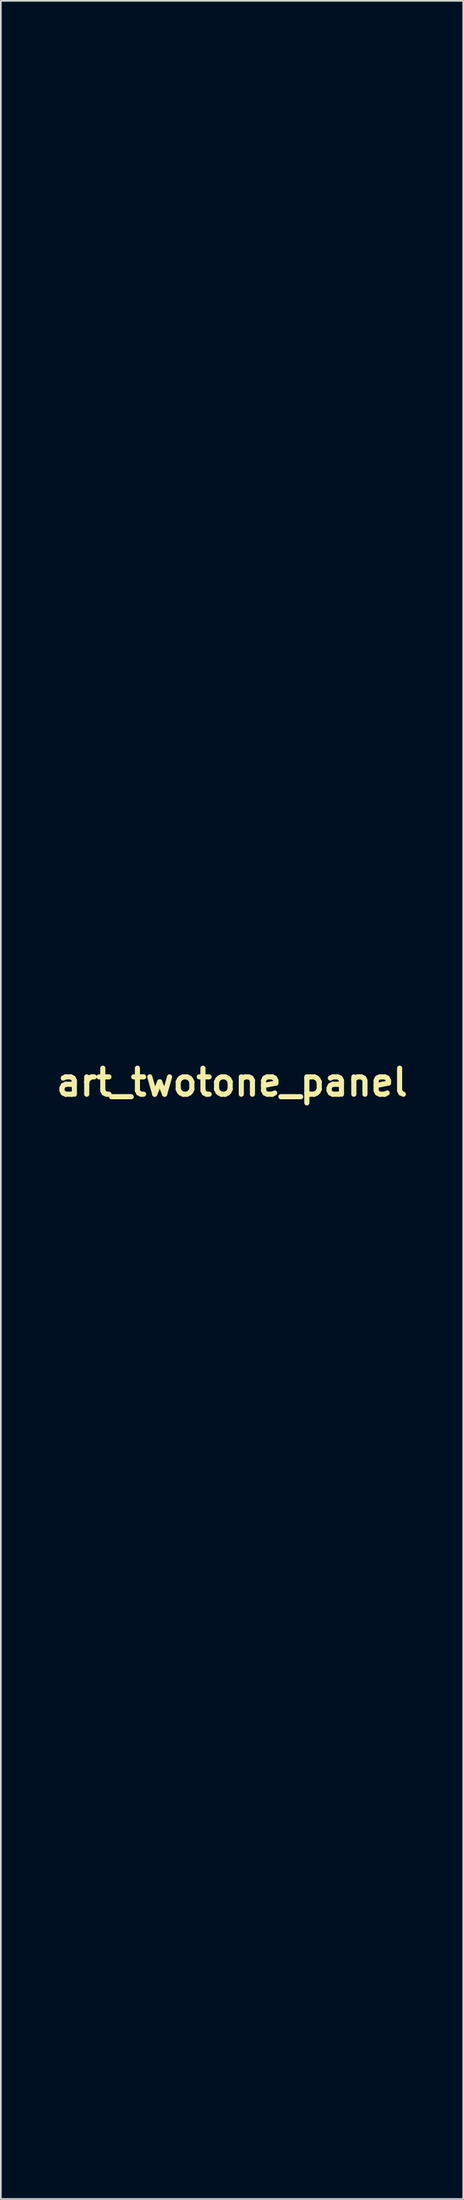
<source format=kicad_pcb>
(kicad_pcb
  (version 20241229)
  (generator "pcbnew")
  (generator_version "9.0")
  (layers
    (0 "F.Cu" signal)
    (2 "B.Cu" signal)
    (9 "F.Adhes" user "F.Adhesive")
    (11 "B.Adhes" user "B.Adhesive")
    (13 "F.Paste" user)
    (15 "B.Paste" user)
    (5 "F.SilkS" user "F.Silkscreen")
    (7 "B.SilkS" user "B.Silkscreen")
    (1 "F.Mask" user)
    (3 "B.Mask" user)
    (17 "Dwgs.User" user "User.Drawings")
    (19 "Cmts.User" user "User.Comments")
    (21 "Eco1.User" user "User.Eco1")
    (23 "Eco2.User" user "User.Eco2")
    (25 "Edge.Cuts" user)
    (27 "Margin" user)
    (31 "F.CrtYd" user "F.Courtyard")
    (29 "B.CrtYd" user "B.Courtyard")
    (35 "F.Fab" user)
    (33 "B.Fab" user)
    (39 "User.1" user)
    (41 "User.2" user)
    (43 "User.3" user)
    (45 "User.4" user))
  (footprint "art_twotone_panel"
    (layer "F.Cu")
    (at 10.566 60.345)
    (property "Reference" "art_twotone_panel" (at 0 0 0) (layer "F.SilkS") (effects (font (size 1.524 1.524) (thickness 0.3))))
    (attr through_hole)
    (fp_poly (pts (xy 1.351 39.178) (xy 1.402 39.21) (xy 1.448 39.259) (xy 1.488 39.323) (xy 1.519 39.401) (xy 1.541 39.489) (xy 1.548 39.529) (xy 1.017 39.529) (xy 1.023 39.494) (xy 1.045 39.401) (xy 1.078 39.321) (xy 1.119 39.255) (xy 1.168 39.205) (xy 1.222 39.174) (xy 1.239 39.169) (xy 1.296 39.164) (xy 1.351 39.178)) (stroke (width 0.01) (type solid)) (fill yes) (layer "F.Mask"))
    (fp_poly (pts (xy -5.872 -42.797) (xy -5.815 -42.774) (xy -5.768 -42.734) (xy -5.75 -42.711) (xy -5.734 -42.684) (xy -5.724 -42.657) (xy -5.719 -42.622) (xy -5.717 -42.588) (xy -5.72 -42.523) (xy -5.735 -42.471) (xy -5.766 -42.428) (xy -5.807 -42.393) (xy -5.835 -42.376) (xy -5.864 -42.365) (xy -5.901 -42.36) (xy -5.929 -42.358) (xy -5.984 -42.358) (xy -6.025 -42.364) (xy -6.043 -42.371) (xy -6.1 -42.407) (xy -6.141 -42.455) (xy -6.167 -42.513) (xy -6.176 -42.576) (xy -6.168 -42.641) (xy -6.141 -42.704) (xy -6.138 -42.708) (xy -6.099 -42.755) (xy -6.05 -42.786) (xy -5.988 -42.801) (xy -5.943 -42.804) (xy -5.872 -42.797)) (stroke (width 0.01) (type solid)) (fill yes) (layer "F.Mask"))
    (fp_poly (pts (xy -1.045 39.177) (xy -0.994 39.209) (xy -0.963 39.239) (xy -0.92 39.301) (xy -0.885 39.377) (xy -0.861 39.461) (xy -0.855 39.494) (xy -0.849 39.584) (xy -0.857 39.672) (xy -0.877 39.756) (xy -0.908 39.832) (xy -0.949 39.897) (xy -0.999 39.947) (xy -1.042 39.974) (xy -1.089 39.99) (xy -1.134 39.991) (xy -1.171 39.983) (xy -1.197 39.97) (xy -1.229 39.947) (xy -1.247 39.931) (xy -1.299 39.867) (xy -1.338 39.789) (xy -1.364 39.699) (xy -1.375 39.6) (xy -1.376 39.576) (xy -1.37 39.486) (xy -1.352 39.405) (xy -1.325 39.333) (xy -1.29 39.272) (xy -1.248 39.223) (xy -1.201 39.188) (xy -1.15 39.168) (xy -1.098 39.164) (xy -1.045 39.177)) (stroke (width 0.01) (type solid)) (fill yes) (layer "F.Mask"))
    (fp_poly (pts (xy 3.294 26.222) (xy 3.359 26.245) (xy 3.42 26.286) (xy 3.477 26.343) (xy 3.528 26.417) (xy 3.571 26.505) (xy 3.6 26.591) (xy 3.614 26.657) (xy 3.622 26.735) (xy 3.625 26.819) (xy 3.623 26.903) (xy 3.615 26.978) (xy 3.605 27.03) (xy 3.572 27.128) (xy 3.529 27.214) (xy 3.478 27.287) (xy 3.422 27.345) (xy 3.36 27.388) (xy 3.296 27.413) (xy 3.23 27.42) (xy 3.164 27.407) (xy 3.163 27.407) (xy 3.098 27.373) (xy 3.037 27.32) (xy 2.981 27.251) (xy 2.933 27.168) (xy 2.895 27.074) (xy 2.882 27.03) (xy 2.871 26.975) (xy 2.865 26.906) (xy 2.862 26.83) (xy 2.864 26.752) (xy 2.869 26.68) (xy 2.878 26.621) (xy 2.882 26.607) (xy 2.904 26.539) (xy 2.934 26.469) (xy 2.97 26.403) (xy 3.007 26.347) (xy 3.032 26.316) (xy 3.095 26.263) (xy 3.161 26.23) (xy 3.228 26.217) (xy 3.294 26.222)) (stroke (width 0.01) (type solid)) (fill yes) (layer "F.Mask"))
    (fp_poly (pts (xy -5.881 -42.057) (xy -5.833 -42.036) (xy -5.792 -42) (xy -5.782 -41.988) (xy -5.752 -41.949) (xy -5.749 -41.302) (xy -5.748 -41.186) (xy -5.748 -41.076) (xy -5.748 -40.973) (xy -5.748 -40.879) (xy -5.749 -40.797) (xy -5.749 -40.728) (xy -5.75 -40.675) (xy -5.751 -40.639) (xy -5.752 -40.621) (xy -5.752 -40.621) (xy -5.767 -40.584) (xy -5.795 -40.546) (xy -5.83 -40.513) (xy -5.86 -40.496) (xy -5.907 -40.484) (xy -5.961 -40.483) (xy -6.013 -40.491) (xy -6.032 -40.498) (xy -6.078 -40.524) (xy -6.11 -40.558) (xy -6.129 -40.589) (xy -6.133 -40.598) (xy -6.137 -40.609) (xy -6.14 -40.623) (xy -6.142 -40.641) (xy -6.144 -40.667) (xy -6.146 -40.7) (xy -6.147 -40.744) (xy -6.148 -40.799) (xy -6.148 -40.867) (xy -6.149 -40.95) (xy -6.149 -41.05) (xy -6.149 -41.168) (xy -6.149 -41.271) (xy -6.149 -41.404) (xy -6.149 -41.517) (xy -6.149 -41.612) (xy -6.148 -41.692) (xy -6.148 -41.757) (xy -6.147 -41.809) (xy -6.145 -41.85) (xy -6.144 -41.881) (xy -6.142 -41.905) (xy -6.139 -41.923) (xy -6.136 -41.937) (xy -6.132 -41.947) (xy -6.128 -41.957) (xy -6.127 -41.96) (xy -6.092 -42.008) (xy -6.043 -42.042) (xy -5.983 -42.06) (xy -5.943 -42.063) (xy -5.881 -42.057)) (stroke (width 0.01) (type solid)) (fill yes) (layer "F.Mask"))
    (fp_poly (pts (xy -4.422 -60.291) (xy -3.226 -60.288) (xy -3.206 -60.263) (xy -3.189 -60.227) (xy -3.185 -60.183) (xy -3.193 -60.14) (xy -3.211 -60.106) (xy -3.237 -60.076) (xy -3.714 -60.073) (xy -4.191 -60.07) (xy -4.191 -58.576) (xy -4.191 -58.368) (xy -4.191 -58.18) (xy -4.191 -58.012) (xy -4.192 -57.861) (xy -4.192 -57.727) (xy -4.192 -57.61) (xy -4.192 -57.507) (xy -4.193 -57.418) (xy -4.194 -57.341) (xy -4.194 -57.276) (xy -4.195 -57.222) (xy -4.196 -57.177) (xy -4.197 -57.141) (xy -4.199 -57.112) (xy -4.2 -57.09) (xy -4.202 -57.073) (xy -4.204 -57.06) (xy -4.207 -57.051) (xy -4.209 -57.043) (xy -4.211 -57.039) (xy -4.249 -56.982) (xy -4.301 -56.939) (xy -4.331 -56.923) (xy -4.371 -56.913) (xy -4.421 -56.908) (xy -4.473 -56.909) (xy -4.518 -56.916) (xy -4.535 -56.921) (xy -4.589 -56.954) (xy -4.636 -57.001) (xy -4.66 -57.038) (xy -4.683 -57.081) (xy -4.689 -60.071) (xy -5.144 -60.071) (xy -5.26 -60.071) (xy -5.357 -60.071) (xy -5.436 -60.072) (xy -5.5 -60.073) (xy -5.55 -60.076) (xy -5.588 -60.079) (xy -5.616 -60.084) (xy -5.636 -60.09) (xy -5.65 -60.099) (xy -5.66 -60.109) (xy -5.667 -60.121) (xy -5.673 -60.134) (xy -5.681 -60.179) (xy -5.675 -60.223) (xy -5.654 -60.261) (xy -5.646 -60.27) (xy -5.618 -60.294) (xy -4.422 -60.291)) (stroke (width 0.01) (type solid)) (fill yes) (layer "F.Mask"))
    (fp_poly (pts (xy -1.62 52.197) (xy -1.527 52.208) (xy -1.44 52.23) (xy -1.35 52.263) (xy -1.275 52.298) (xy -1.188 52.344) (xy -1.113 52.392) (xy -1.043 52.446) (xy -0.97 52.512) (xy -0.953 52.528) (xy -0.84 52.653) (xy -0.743 52.79) (xy -0.662 52.939) (xy -0.596 53.095) (xy -0.546 53.259) (xy -0.512 53.427) (xy -0.493 53.599) (xy -0.491 53.772) (xy -0.504 53.944) (xy -0.534 54.113) (xy -0.579 54.278) (xy -0.641 54.437) (xy -0.718 54.588) (xy -0.812 54.729) (xy -0.914 54.851) (xy -1.015 54.946) (xy -1.125 55.03) (xy -1.241 55.102) (xy -1.359 55.158) (xy -1.466 55.193) (xy -1.519 55.204) (xy -1.587 55.212) (xy -1.663 55.218) (xy -1.74 55.221) (xy -1.813 55.22) (xy -1.875 55.216) (xy -1.903 55.213) (xy -2.042 55.177) (xy -2.176 55.123) (xy -2.304 55.05) (xy -2.424 54.959) (xy -2.536 54.853) (xy -2.638 54.733) (xy -2.728 54.599) (xy -2.805 54.453) (xy -2.837 54.379) (xy -2.895 54.209) (xy -2.935 54.036) (xy -2.958 53.862) (xy -2.964 53.687) (xy -2.953 53.514) (xy -2.927 53.344) (xy -2.885 53.18) (xy -2.828 53.022) (xy -2.757 52.872) (xy -2.671 52.732) (xy -2.572 52.603) (xy -2.46 52.488) (xy -2.335 52.388) (xy -2.254 52.335) (xy -2.14 52.276) (xy -2.026 52.233) (xy -1.908 52.206) (xy -1.78 52.194) (xy -1.725 52.193) (xy -1.62 52.197)) (stroke (width 0.01) (type solid)) (fill yes) (layer "F.Mask"))
    (fp_poly (pts (xy -2.142 -16.693) (xy -2.096 -16.67) (xy -2.06 -16.632) (xy -2.051 -16.616) (xy -2.045 -16.602) (xy -2.04 -16.585) (xy -2.037 -16.561) (xy -2.035 -16.529) (xy -2.033 -16.485) (xy -2.032 -16.426) (xy -2.032 -16.35) (xy -2.032 -16.312) (xy -2.032 -16.044) (xy -1.929 -16.044) (xy -1.868 -16.043) (xy -1.825 -16.038) (xy -1.797 -16.029) (xy -1.78 -16.013) (xy -1.772 -15.989) (xy -1.77 -15.969) (xy -1.769 -15.936) (xy -1.775 -15.913) (xy -1.79 -15.899) (xy -1.817 -15.89) (xy -1.859 -15.886) (xy -1.916 -15.886) (xy -2.032 -15.886) (xy -2.032 -15.646) (xy -2.031 -15.542) (xy -2.028 -15.456) (xy -2.021 -15.385) (xy -2.011 -15.326) (xy -1.997 -15.277) (xy -1.977 -15.234) (xy -1.952 -15.195) (xy -1.919 -15.155) (xy -1.912 -15.147) (xy -1.861 -15.102) (xy -1.81 -15.077) (xy -1.768 -15.071) (xy -1.731 -15.062) (xy -1.705 -15.036) (xy -1.694 -14.997) (xy -1.693 -14.988) (xy -1.697 -14.953) (xy -1.712 -14.93) (xy -1.739 -14.918) (xy -1.783 -14.913) (xy -1.805 -14.912) (xy -1.854 -14.916) (xy -1.905 -14.924) (xy -1.937 -14.932) (xy -2.043 -14.976) (xy -2.134 -15.036) (xy -2.211 -15.111) (xy -2.273 -15.201) (xy -2.317 -15.297) (xy -2.344 -15.372) (xy -2.344 -15.987) (xy -2.344 -16.117) (xy -2.344 -16.227) (xy -2.344 -16.32) (xy -2.343 -16.396) (xy -2.343 -16.458) (xy -2.342 -16.507) (xy -2.34 -16.546) (xy -2.338 -16.574) (xy -2.336 -16.595) (xy -2.333 -16.61) (xy -2.33 -16.62) (xy -2.326 -16.628) (xy -2.325 -16.63) (xy -2.288 -16.669) (xy -2.242 -16.693) (xy -2.192 -16.7) (xy -2.142 -16.693)) (stroke (width 0.01) (type solid)) (fill yes) (layer "F.Mask"))
    (fp_poly (pts (xy -1.025 -16.064) (xy -0.946 -16.049) (xy -0.933 -16.045) (xy -0.829 -16.001) (xy -0.739 -15.941) (xy -0.662 -15.864) (xy -0.6 -15.774) (xy -0.561 -15.69) (xy -0.545 -15.633) (xy -0.535 -15.563) (xy -0.53 -15.489) (xy -0.531 -15.418) (xy -0.539 -15.358) (xy -0.572 -15.256) (xy -0.621 -15.164) (xy -0.685 -15.084) (xy -0.762 -15.017) (xy -0.85 -14.965) (xy -0.945 -14.927) (xy -1.047 -14.907) (xy -1.153 -14.904) (xy -1.261 -14.921) (xy -1.268 -14.923) (xy -1.372 -14.961) (xy -1.465 -15.016) (xy -1.545 -15.087) (xy -1.611 -15.173) (xy -1.662 -15.273) (xy -1.673 -15.303) (xy -1.688 -15.366) (xy -1.697 -15.439) (xy -1.698 -15.495) (xy -1.381 -15.495) (xy -1.375 -15.399) (xy -1.353 -15.307) (xy -1.316 -15.221) (xy -1.296 -15.189) (xy -1.251 -15.136) (xy -1.2 -15.097) (xy -1.145 -15.075) (xy -1.091 -15.071) (xy -1.04 -15.085) (xy -1.039 -15.086) (xy -1.008 -15.108) (xy -0.972 -15.142) (xy -0.937 -15.183) (xy -0.908 -15.224) (xy -0.9 -15.239) (xy -0.868 -15.322) (xy -0.85 -15.413) (xy -0.847 -15.508) (xy -0.857 -15.601) (xy -0.881 -15.689) (xy -0.919 -15.767) (xy -0.959 -15.822) (xy -1.013 -15.871) (xy -1.067 -15.899) (xy -1.121 -15.906) (xy -1.176 -15.891) (xy -1.23 -15.856) (xy -1.256 -15.831) (xy -1.309 -15.761) (xy -1.348 -15.679) (xy -1.372 -15.589) (xy -1.381 -15.495) (xy -1.698 -15.495) (xy -1.698 -15.516) (xy -1.693 -15.588) (xy -1.68 -15.649) (xy -1.678 -15.653) (xy -1.632 -15.761) (xy -1.571 -15.854) (xy -1.496 -15.933) (xy -1.407 -15.995) (xy -1.305 -16.041) (xy -1.275 -16.05) (xy -1.199 -16.065) (xy -1.113 -16.07) (xy -1.025 -16.064)) (stroke (width 0.01) (type solid)) (fill yes) (layer "F.Mask"))
    (fp_poly (pts (xy -0.131 -51.77) (xy -0.129 -51.759) (xy -0.126 -51.73) (xy -0.123 -51.685) (xy -0.118 -51.627) (xy -0.113 -51.558) (xy -0.107 -51.482) (xy -0.106 -51.466) (xy -0.079 -51.051) (xy -0.055 -50.619) (xy -0.034 -50.171) (xy -0.017 -49.712) (xy -0.003 -49.243) (xy 0.008 -48.769) (xy 0.015 -48.291) (xy 0.019 -47.814) (xy 0.019 -47.339) (xy 0.018 -47.159) (xy 0.017 -47.023) (xy 0.015 -46.888) (xy 0.014 -46.756) (xy 0.012 -46.63) (xy 0.01 -46.512) (xy 0.008 -46.404) (xy 0.006 -46.309) (xy 0.004 -46.228) (xy 0.002 -46.164) (xy 0.001 -46.122) (xy -0.009 -45.931) (xy -0.019 -45.758) (xy -0.029 -45.598) (xy -0.039 -45.449) (xy -0.05 -45.308) (xy -0.062 -45.17) (xy -0.075 -45.032) (xy -0.089 -44.891) (xy -0.091 -44.873) (xy -0.101 -44.776) (xy -0.109 -44.7) (xy -0.116 -44.642) (xy -0.122 -44.602) (xy -0.127 -44.58) (xy -0.131 -44.574) (xy -0.136 -44.584) (xy -0.14 -44.607) (xy -0.145 -44.645) (xy -0.151 -44.694) (xy -0.152 -44.702) (xy -0.18 -44.959) (xy -0.204 -45.219) (xy -0.225 -45.484) (xy -0.242 -45.757) (xy -0.257 -46.04) (xy -0.268 -46.333) (xy -0.276 -46.639) (xy -0.281 -46.959) (xy -0.284 -47.296) (xy -0.283 -47.651) (xy -0.282 -47.858) (xy -0.278 -48.194) (xy -0.274 -48.512) (xy -0.268 -48.816) (xy -0.262 -49.108) (xy -0.255 -49.392) (xy -0.246 -49.671) (xy -0.236 -49.948) (xy -0.224 -50.227) (xy -0.216 -50.403) (xy -0.212 -50.497) (xy -0.207 -50.598) (xy -0.201 -50.706) (xy -0.195 -50.817) (xy -0.188 -50.931) (xy -0.182 -51.045) (xy -0.175 -51.157) (xy -0.168 -51.266) (xy -0.162 -51.369) (xy -0.155 -51.464) (xy -0.15 -51.55) (xy -0.144 -51.625) (xy -0.14 -51.686) (xy -0.136 -51.732) (xy -0.133 -51.761) (xy -0.131 -51.77) (xy -0.131 -51.77)) (stroke (width 0.01) (type solid)) (fill yes) (layer "F.Mask"))
    (fp_poly (pts (xy 6.063 -29.927) (xy 6.118 -29.912) (xy 6.168 -29.882) (xy 6.209 -29.838) (xy 6.221 -29.819) (xy 6.226 -29.808) (xy 6.23 -29.793) (xy 6.233 -29.772) (xy 6.235 -29.742) (xy 6.237 -29.702) (xy 6.239 -29.649) (xy 6.24 -29.581) (xy 6.241 -29.496) (xy 6.242 -29.399) (xy 6.245 -29.011) (xy 6.408 -29.007) (xy 6.471 -29.006) (xy 6.517 -29.003) (xy 6.549 -29) (xy 6.57 -28.996) (xy 6.584 -28.99) (xy 6.592 -28.983) (xy 6.609 -28.956) (xy 6.616 -28.918) (xy 6.612 -28.879) (xy 6.599 -28.847) (xy 6.593 -28.84) (xy 6.584 -28.831) (xy 6.571 -28.826) (xy 6.552 -28.822) (xy 6.523 -28.82) (xy 6.48 -28.819) (xy 6.42 -28.818) (xy 6.408 -28.818) (xy 6.244 -28.818) (xy 6.244 -28.471) (xy 6.244 -28.374) (xy 6.245 -28.295) (xy 6.246 -28.232) (xy 6.247 -28.182) (xy 6.249 -28.142) (xy 6.252 -28.11) (xy 6.256 -28.084) (xy 6.261 -28.059) (xy 6.265 -28.041) (xy 6.3 -27.936) (xy 6.348 -27.842) (xy 6.406 -27.764) (xy 6.407 -27.763) (xy 6.47 -27.706) (xy 6.538 -27.669) (xy 6.613 -27.651) (xy 6.613 -27.651) (xy 6.649 -27.644) (xy 6.679 -27.633) (xy 6.69 -27.627) (xy 6.71 -27.597) (xy 6.717 -27.559) (xy 6.713 -27.52) (xy 6.699 -27.486) (xy 6.674 -27.464) (xy 6.67 -27.463) (xy 6.639 -27.457) (xy 6.593 -27.455) (xy 6.539 -27.457) (xy 6.485 -27.464) (xy 6.375 -27.492) (xy 6.266 -27.539) (xy 6.163 -27.601) (xy 6.113 -27.64) (xy 6.024 -27.726) (xy 5.95 -27.829) (xy 5.889 -27.947) (xy 5.862 -28.019) (xy 5.837 -28.093) (xy 5.834 -28.924) (xy 5.833 -29.102) (xy 5.833 -29.259) (xy 5.833 -29.395) (xy 5.833 -29.511) (xy 5.834 -29.606) (xy 5.835 -29.682) (xy 5.837 -29.738) (xy 5.839 -29.775) (xy 5.841 -29.793) (xy 5.867 -29.847) (xy 5.905 -29.888) (xy 5.953 -29.915) (xy 6.007 -29.928) (xy 6.063 -29.927)) (stroke (width 0.01) (type solid)) (fill yes) (layer "F.Mask"))
    (fp_poly (pts (xy -4.692 -42.056) (xy -4.58 -42.026) (xy -4.474 -41.976) (xy -4.375 -41.907) (xy -4.318 -41.855) (xy -4.251 -41.775) (xy -4.197 -41.681) (xy -4.163 -41.598) (xy -4.133 -41.513) (xy -4.133 -40.612) (xy -4.163 -40.567) (xy -4.203 -40.523) (xy -4.254 -40.495) (xy -4.31 -40.482) (xy -4.368 -40.484) (xy -4.423 -40.501) (xy -4.471 -40.532) (xy -4.506 -40.575) (xy -4.535 -40.624) (xy -4.541 -41.079) (xy -4.542 -41.192) (xy -4.544 -41.285) (xy -4.545 -41.362) (xy -4.547 -41.423) (xy -4.549 -41.472) (xy -4.552 -41.51) (xy -4.554 -41.539) (xy -4.558 -41.562) (xy -4.562 -41.581) (xy -4.566 -41.593) (xy -4.596 -41.67) (xy -4.634 -41.738) (xy -4.676 -41.794) (xy -4.721 -41.836) (xy -4.767 -41.86) (xy -4.781 -41.863) (xy -4.85 -41.867) (xy -4.926 -41.856) (xy -5.001 -41.831) (xy -5.015 -41.824) (xy -5.085 -41.788) (xy -5.091 -41.206) (xy -5.092 -41.097) (xy -5.093 -40.993) (xy -5.095 -40.897) (xy -5.097 -40.812) (xy -5.099 -40.738) (xy -5.1 -40.678) (xy -5.102 -40.635) (xy -5.104 -40.609) (xy -5.106 -40.603) (xy -5.141 -40.549) (xy -5.189 -40.509) (xy -5.245 -40.486) (xy -5.307 -40.48) (xy -5.37 -40.493) (xy -5.398 -40.506) (xy -5.434 -40.53) (xy -5.461 -40.564) (xy -5.474 -40.586) (xy -5.503 -40.642) (xy -5.503 -41.268) (xy -5.503 -41.405) (xy -5.502 -41.521) (xy -5.502 -41.62) (xy -5.501 -41.703) (xy -5.5 -41.771) (xy -5.498 -41.826) (xy -5.495 -41.87) (xy -5.492 -41.905) (xy -5.488 -41.931) (xy -5.482 -41.951) (xy -5.476 -41.967) (xy -5.468 -41.979) (xy -5.459 -41.991) (xy -5.454 -41.996) (xy -5.412 -42.029) (xy -5.359 -42.05) (xy -5.3 -42.059) (xy -5.242 -42.054) (xy -5.19 -42.037) (xy -5.159 -42.016) (xy -5.148 -42.006) (xy -5.137 -42.002) (xy -5.121 -42.004) (xy -5.095 -42.011) (xy -5.054 -42.024) (xy -5.044 -42.028) (xy -4.926 -42.058) (xy -4.808 -42.067) (xy -4.692 -42.056)) (stroke (width 0.01) (type solid)) (fill yes) (layer "F.Mask"))
    (fp_poly (pts (xy 1.336 -16.067) (xy 1.414 -16.057) (xy 1.46 -16.046) (xy 1.565 -16.001) (xy 1.656 -15.941) (xy 1.733 -15.867) (xy 1.793 -15.779) (xy 1.837 -15.678) (xy 1.863 -15.571) (xy 1.868 -15.521) (xy 1.869 -15.467) (xy 1.867 -15.433) (xy 1.86 -15.367) (xy 1.024 -15.367) (xy 1.031 -15.338) (xy 1.048 -15.289) (xy 1.074 -15.235) (xy 1.104 -15.184) (xy 1.135 -15.145) (xy 1.139 -15.141) (xy 1.179 -15.105) (xy 1.215 -15.083) (xy 1.254 -15.073) (xy 1.304 -15.072) (xy 1.317 -15.073) (xy 1.385 -15.083) (xy 1.446 -15.103) (xy 1.508 -15.138) (xy 1.545 -15.165) (xy 1.588 -15.195) (xy 1.62 -15.211) (xy 1.647 -15.216) (xy 1.673 -15.209) (xy 1.679 -15.206) (xy 1.698 -15.195) (xy 1.708 -15.177) (xy 1.712 -15.148) (xy 1.712 -15.141) (xy 1.713 -15.11) (xy 1.708 -15.089) (xy 1.693 -15.069) (xy 1.672 -15.049) (xy 1.593 -14.99) (xy 1.501 -14.945) (xy 1.401 -14.916) (xy 1.296 -14.904) (xy 1.191 -14.909) (xy 1.146 -14.917) (xy 1.05 -14.948) (xy 0.961 -14.997) (xy 0.88 -15.061) (xy 0.811 -15.137) (xy 0.756 -15.222) (xy 0.718 -15.314) (xy 0.709 -15.353) (xy 0.701 -15.411) (xy 0.7 -15.48) (xy 0.703 -15.547) (xy 1.016 -15.547) (xy 1.021 -15.531) (xy 1.033 -15.53) (xy 1.048 -15.532) (xy 1.081 -15.533) (xy 1.128 -15.535) (xy 1.188 -15.536) (xy 1.256 -15.536) (xy 1.299 -15.536) (xy 1.548 -15.536) (xy 1.542 -15.591) (xy 1.527 -15.653) (xy 1.501 -15.717) (xy 1.466 -15.778) (xy 1.424 -15.832) (xy 1.38 -15.873) (xy 1.347 -15.892) (xy 1.293 -15.905) (xy 1.239 -15.898) (xy 1.186 -15.873) (xy 1.137 -15.833) (xy 1.093 -15.777) (xy 1.057 -15.709) (xy 1.032 -15.635) (xy 1.02 -15.582) (xy 1.016 -15.547) (xy 0.703 -15.547) (xy 0.703 -15.552) (xy 0.711 -15.62) (xy 0.724 -15.677) (xy 0.728 -15.688) (xy 0.774 -15.785) (xy 0.837 -15.872) (xy 0.915 -15.946) (xy 1.005 -16.005) (xy 1.1 -16.046) (xy 1.17 -16.061) (xy 1.252 -16.069) (xy 1.336 -16.067)) (stroke (width 0.01) (type solid)) (fill yes) (layer "F.Mask"))
    (fp_poly (pts (xy 3.33 -29.046) (xy 3.455 -29.025) (xy 3.571 -28.985) (xy 3.68 -28.925) (xy 3.782 -28.845) (xy 3.816 -28.813) (xy 3.899 -28.716) (xy 3.963 -28.612) (xy 4.008 -28.499) (xy 4.034 -28.376) (xy 4.043 -28.247) (xy 4.038 -28.141) (xy 4.023 -28.048) (xy 3.996 -27.961) (xy 3.958 -27.878) (xy 3.889 -27.767) (xy 3.805 -27.67) (xy 3.708 -27.588) (xy 3.599 -27.523) (xy 3.48 -27.476) (xy 3.455 -27.469) (xy 3.4 -27.458) (xy 3.331 -27.451) (xy 3.255 -27.447) (xy 3.181 -27.448) (xy 3.116 -27.452) (xy 3.078 -27.458) (xy 2.956 -27.493) (xy 2.845 -27.546) (xy 2.741 -27.618) (xy 2.677 -27.675) (xy 2.592 -27.773) (xy 2.526 -27.88) (xy 2.479 -27.997) (xy 2.45 -28.124) (xy 2.446 -28.155) (xy 2.442 -28.256) (xy 2.853 -28.256) (xy 2.858 -28.156) (xy 2.877 -28.05) (xy 2.909 -27.95) (xy 2.951 -27.859) (xy 3.002 -27.781) (xy 3.061 -27.717) (xy 3.126 -27.671) (xy 3.137 -27.666) (xy 3.197 -27.647) (xy 3.264 -27.645) (xy 3.328 -27.659) (xy 3.353 -27.669) (xy 3.402 -27.701) (xy 3.452 -27.748) (xy 3.499 -27.803) (xy 3.539 -27.862) (xy 3.552 -27.888) (xy 3.578 -27.945) (xy 3.598 -27.995) (xy 3.611 -28.043) (xy 3.619 -28.094) (xy 3.623 -28.155) (xy 3.624 -28.23) (xy 3.624 -28.252) (xy 3.624 -28.317) (xy 3.623 -28.366) (xy 3.62 -28.404) (xy 3.616 -28.435) (xy 3.609 -28.463) (xy 3.598 -28.495) (xy 3.595 -28.506) (xy 3.565 -28.581) (xy 3.534 -28.643) (xy 3.496 -28.697) (xy 3.452 -28.747) (xy 3.396 -28.798) (xy 3.343 -28.831) (xy 3.287 -28.848) (xy 3.244 -28.852) (xy 3.175 -28.842) (xy 3.11 -28.812) (xy 3.05 -28.767) (xy 2.995 -28.706) (xy 2.948 -28.633) (xy 2.909 -28.549) (xy 2.879 -28.457) (xy 2.86 -28.359) (xy 2.853 -28.256) (xy 2.442 -28.256) (xy 2.441 -28.285) (xy 2.455 -28.41) (xy 2.488 -28.528) (xy 2.538 -28.638) (xy 2.603 -28.738) (xy 2.682 -28.827) (xy 2.775 -28.903) (xy 2.879 -28.965) (xy 2.993 -29.011) (xy 3.116 -29.04) (xy 3.196 -29.048) (xy 3.33 -29.046)) (stroke (width 0.01) (type solid)) (fill yes) (layer "F.Mask"))
    (fp_poly (pts (xy -5.698 -48.174) (xy -5.657 -48.17) (xy -5.616 -48.162) (xy -5.588 -48.156) (xy -5.518 -48.134) (xy -5.446 -48.105) (xy -5.376 -48.07) (xy -5.312 -48.031) (xy -5.257 -47.991) (xy -5.214 -47.952) (xy -5.188 -47.916) (xy -5.186 -47.911) (xy -5.178 -47.87) (xy -5.186 -47.83) (xy -5.206 -47.798) (xy -5.228 -47.784) (xy -5.27 -47.775) (xy -5.313 -47.786) (xy -5.36 -47.815) (xy -5.375 -47.827) (xy -5.464 -47.893) (xy -5.561 -47.941) (xy -5.665 -47.97) (xy -5.757 -47.979) (xy -5.802 -47.978) (xy -5.835 -47.973) (xy -5.865 -47.963) (xy -5.893 -47.948) (xy -5.962 -47.898) (xy -6.024 -47.83) (xy -6.077 -47.743) (xy -6.086 -47.726) (xy -6.121 -47.644) (xy -6.144 -47.565) (xy -6.158 -47.482) (xy -6.162 -47.387) (xy -6.162 -47.371) (xy -6.153 -47.241) (xy -6.128 -47.123) (xy -6.086 -47.017) (xy -6.028 -46.924) (xy -5.994 -46.885) (xy -5.933 -46.828) (xy -5.871 -46.79) (xy -5.807 -46.771) (xy -5.763 -46.768) (xy -5.665 -46.778) (xy -5.566 -46.806) (xy -5.471 -46.851) (xy -5.384 -46.911) (xy -5.379 -46.914) (xy -5.343 -46.943) (xy -5.316 -46.96) (xy -5.293 -46.967) (xy -5.272 -46.969) (xy -5.227 -46.962) (xy -5.197 -46.94) (xy -5.182 -46.904) (xy -5.181 -46.88) (xy -5.183 -46.847) (xy -5.194 -46.822) (xy -5.218 -46.794) (xy -5.28 -46.739) (xy -5.358 -46.687) (xy -5.444 -46.641) (xy -5.532 -46.606) (xy -5.573 -46.594) (xy -5.625 -46.584) (xy -5.689 -46.577) (xy -5.758 -46.572) (xy -5.823 -46.572) (xy -5.878 -46.575) (xy -5.89 -46.576) (xy -6.019 -46.607) (xy -6.138 -46.656) (xy -6.247 -46.722) (xy -6.343 -46.804) (xy -6.425 -46.9) (xy -6.491 -47.009) (xy -6.541 -47.129) (xy -6.552 -47.165) (xy -6.567 -47.24) (xy -6.575 -47.326) (xy -6.576 -47.417) (xy -6.569 -47.503) (xy -6.558 -47.567) (xy -6.519 -47.684) (xy -6.462 -47.793) (xy -6.388 -47.894) (xy -6.3 -47.982) (xy -6.199 -48.057) (xy -6.088 -48.115) (xy -6.035 -48.136) (xy -5.989 -48.151) (xy -5.949 -48.161) (xy -5.906 -48.167) (xy -5.854 -48.171) (xy -5.81 -48.173) (xy -5.747 -48.175) (xy -5.698 -48.174)) (stroke (width 0.01) (type solid)) (fill yes) (layer "F.Mask"))
    (fp_poly (pts (xy -3.761 -48.156) (xy -3.731 -48.131) (xy -3.716 -48.092) (xy -3.715 -48.073) (xy -3.718 -48.058) (xy -3.728 -48.025) (xy -3.745 -47.977) (xy -3.766 -47.915) (xy -3.792 -47.84) (xy -3.821 -47.756) (xy -3.854 -47.664) (xy -3.888 -47.566) (xy -3.925 -47.464) (xy -3.962 -47.361) (xy -4 -47.257) (xy -4.036 -47.155) (xy -4.072 -47.058) (xy -4.106 -46.967) (xy -4.137 -46.883) (xy -4.164 -46.81) (xy -4.187 -46.749) (xy -4.206 -46.702) (xy -4.219 -46.671) (xy -4.223 -46.662) (xy -4.245 -46.632) (xy -4.272 -46.607) (xy -4.275 -46.606) (xy -4.315 -46.591) (xy -4.365 -46.583) (xy -4.416 -46.582) (xy -4.454 -46.589) (xy -4.503 -46.609) (xy -4.537 -46.639) (xy -4.562 -46.678) (xy -4.569 -46.696) (xy -4.583 -46.733) (xy -4.603 -46.785) (xy -4.628 -46.851) (xy -4.658 -46.93) (xy -4.691 -47.019) (xy -4.727 -47.117) (xy -4.765 -47.221) (xy -4.801 -47.32) (xy -4.846 -47.444) (xy -4.885 -47.55) (xy -4.917 -47.639) (xy -4.943 -47.714) (xy -4.965 -47.775) (xy -4.981 -47.824) (xy -4.994 -47.864) (xy -5.003 -47.895) (xy -5.009 -47.919) (xy -5.013 -47.939) (xy -5.015 -47.955) (xy -5.015 -47.969) (xy -5.014 -47.982) (xy -5.01 -48.024) (xy -5 -48.055) (xy -4.982 -48.083) (xy -4.978 -48.088) (xy -4.932 -48.132) (xy -4.879 -48.157) (xy -4.817 -48.165) (xy -4.751 -48.156) (xy -4.697 -48.131) (xy -4.664 -48.102) (xy -4.656 -48.086) (xy -4.641 -48.053) (xy -4.62 -48.003) (xy -4.595 -47.938) (xy -4.565 -47.861) (xy -4.532 -47.774) (xy -4.497 -47.678) (xy -4.461 -47.58) (xy -4.425 -47.483) (xy -4.392 -47.392) (xy -4.362 -47.309) (xy -4.335 -47.237) (xy -4.312 -47.176) (xy -4.294 -47.13) (xy -4.282 -47.099) (xy -4.276 -47.086) (xy -4.276 -47.085) (xy -4.271 -47.095) (xy -4.26 -47.123) (xy -4.243 -47.166) (xy -4.222 -47.223) (xy -4.196 -47.292) (xy -4.167 -47.37) (xy -4.136 -47.456) (xy -4.117 -47.506) (xy -4.071 -47.634) (xy -4.031 -47.743) (xy -3.997 -47.836) (xy -3.969 -47.912) (xy -3.945 -47.975) (xy -3.926 -48.026) (xy -3.911 -48.065) (xy -3.899 -48.095) (xy -3.889 -48.116) (xy -3.882 -48.132) (xy -3.876 -48.141) (xy -3.871 -48.148) (xy -3.867 -48.151) (xy -3.845 -48.16) (xy -3.813 -48.164) (xy -3.803 -48.165) (xy -3.761 -48.156)) (stroke (width 0.01) (type solid)) (fill yes) (layer "F.Mask"))
    (fp_poly (pts (xy -0.242 -16.057) (xy -0.204 -16.045) (xy -0.173 -16.032) (xy -0.151 -16.027) (xy -0.129 -16.03) (xy -0.096 -16.04) (xy -0.094 -16.041) (xy -0.036 -16.054) (xy 0.034 -16.06) (xy 0.107 -16.06) (xy 0.178 -16.052) (xy 0.237 -16.038) (xy 0.247 -16.035) (xy 0.333 -15.99) (xy 0.41 -15.929) (xy 0.476 -15.855) (xy 0.525 -15.772) (xy 0.546 -15.721) (xy 0.551 -15.701) (xy 0.556 -15.681) (xy 0.56 -15.656) (xy 0.562 -15.625) (xy 0.564 -15.585) (xy 0.565 -15.533) (xy 0.566 -15.467) (xy 0.566 -15.384) (xy 0.566 -15.335) (xy 0.566 -15.243) (xy 0.566 -15.17) (xy 0.565 -15.113) (xy 0.564 -15.07) (xy 0.562 -15.038) (xy 0.559 -15.016) (xy 0.555 -15) (xy 0.551 -14.987) (xy 0.546 -14.979) (xy 0.513 -14.941) (xy 0.469 -14.919) (xy 0.413 -14.912) (xy 0.356 -14.919) (xy 0.313 -14.941) (xy 0.281 -14.98) (xy 0.275 -14.992) (xy 0.269 -15.006) (xy 0.264 -15.022) (xy 0.26 -15.042) (xy 0.258 -15.068) (xy 0.256 -15.105) (xy 0.255 -15.153) (xy 0.254 -15.217) (xy 0.254 -15.298) (xy 0.254 -15.327) (xy 0.254 -15.42) (xy 0.252 -15.503) (xy 0.25 -15.573) (xy 0.247 -15.628) (xy 0.244 -15.666) (xy 0.242 -15.676) (xy 0.22 -15.747) (xy 0.188 -15.809) (xy 0.149 -15.858) (xy 0.104 -15.891) (xy 0.093 -15.895) (xy 0.059 -15.9) (xy 0.014 -15.897) (xy -0.033 -15.886) (xy -0.074 -15.869) (xy -0.079 -15.866) (xy -0.111 -15.847) (xy -0.116 -15.43) (xy -0.118 -15.324) (xy -0.119 -15.238) (xy -0.121 -15.168) (xy -0.122 -15.113) (xy -0.124 -15.071) (xy -0.126 -15.04) (xy -0.129 -15.017) (xy -0.133 -15.001) (xy -0.137 -14.989) (xy -0.142 -14.979) (xy -0.164 -14.951) (xy -0.19 -14.93) (xy -0.191 -14.929) (xy -0.23 -14.916) (xy -0.279 -14.912) (xy -0.327 -14.918) (xy -0.367 -14.934) (xy -0.367 -14.934) (xy -0.382 -14.944) (xy -0.395 -14.955) (xy -0.406 -14.969) (xy -0.414 -14.987) (xy -0.421 -15.012) (xy -0.425 -15.045) (xy -0.429 -15.089) (xy -0.431 -15.144) (xy -0.433 -15.214) (xy -0.434 -15.299) (xy -0.434 -15.403) (xy -0.434 -15.489) (xy -0.434 -15.604) (xy -0.433 -15.7) (xy -0.433 -15.778) (xy -0.431 -15.84) (xy -0.43 -15.889) (xy -0.428 -15.925) (xy -0.425 -15.95) (xy -0.422 -15.967) (xy -0.419 -15.974) (xy -0.39 -16.018) (xy -0.349 -16.048) (xy -0.298 -16.061) (xy -0.242 -16.057)) (stroke (width 0.01) (type solid)) (fill yes) (layer "F.Mask"))
    (fp_poly (pts (xy 4.492 -29.018) (xy 4.533 -28.995) (xy 4.534 -28.994) (xy 4.552 -28.981) (xy 4.566 -28.969) (xy 4.578 -28.957) (xy 4.588 -28.941) (xy 4.595 -28.921) (xy 4.601 -28.895) (xy 4.605 -28.86) (xy 4.608 -28.814) (xy 4.61 -28.755) (xy 4.612 -28.681) (xy 4.614 -28.591) (xy 4.615 -28.482) (xy 4.615 -28.459) (xy 4.617 -28.349) (xy 4.618 -28.257) (xy 4.62 -28.183) (xy 4.622 -28.123) (xy 4.624 -28.075) (xy 4.626 -28.037) (xy 4.629 -28.007) (xy 4.632 -27.982) (xy 4.637 -27.961) (xy 4.642 -27.941) (xy 4.645 -27.929) (xy 4.679 -27.838) (xy 4.721 -27.762) (xy 4.77 -27.702) (xy 4.825 -27.66) (xy 4.83 -27.658) (xy 4.872 -27.645) (xy 4.927 -27.643) (xy 4.988 -27.651) (xy 5.05 -27.667) (xy 5.098 -27.687) (xy 5.17 -27.723) (xy 5.175 -28.31) (xy 5.176 -28.44) (xy 5.178 -28.551) (xy 5.179 -28.643) (xy 5.18 -28.72) (xy 5.182 -28.783) (xy 5.184 -28.832) (xy 5.187 -28.871) (xy 5.191 -28.901) (xy 5.196 -28.924) (xy 5.203 -28.941) (xy 5.21 -28.953) (xy 5.219 -28.964) (xy 5.229 -28.974) (xy 5.235 -28.979) (xy 5.283 -29.01) (xy 5.336 -29.025) (xy 5.393 -29.027) (xy 5.448 -29.015) (xy 5.498 -28.992) (xy 5.538 -28.958) (xy 5.565 -28.914) (xy 5.572 -28.89) (xy 5.573 -28.873) (xy 5.574 -28.837) (xy 5.575 -28.784) (xy 5.575 -28.716) (xy 5.576 -28.634) (xy 5.576 -28.541) (xy 5.576 -28.438) (xy 5.576 -28.328) (xy 5.575 -28.212) (xy 5.575 -28.21) (xy 5.572 -27.564) (xy 5.547 -27.53) (xy 5.506 -27.488) (xy 5.453 -27.463) (xy 5.388 -27.454) (xy 5.365 -27.455) (xy 5.317 -27.46) (xy 5.281 -27.471) (xy 5.251 -27.488) (xy 5.208 -27.516) (xy 5.16 -27.495) (xy 5.079 -27.467) (xy 4.986 -27.45) (xy 4.889 -27.444) (xy 4.794 -27.45) (xy 4.773 -27.453) (xy 4.663 -27.483) (xy 4.56 -27.531) (xy 4.467 -27.595) (xy 4.385 -27.674) (xy 4.316 -27.765) (xy 4.263 -27.867) (xy 4.233 -27.957) (xy 4.228 -27.979) (xy 4.223 -28.002) (xy 4.22 -28.027) (xy 4.217 -28.058) (xy 4.215 -28.096) (xy 4.214 -28.143) (xy 4.213 -28.203) (xy 4.213 -28.278) (xy 4.212 -28.369) (xy 4.212 -28.458) (xy 4.213 -28.564) (xy 4.213 -28.651) (xy 4.213 -28.721) (xy 4.214 -28.777) (xy 4.216 -28.82) (xy 4.218 -28.852) (xy 4.22 -28.876) (xy 4.223 -28.894) (xy 4.228 -28.908) (xy 4.232 -28.92) (xy 4.266 -28.971) (xy 4.314 -29.007) (xy 4.373 -29.026) (xy 4.44 -29.028) (xy 4.492 -29.018)) (stroke (width 0.01) (type solid)) (fill yes) (layer "F.Mask"))
    (fp_poly (pts (xy 3.26 -60.34) (xy 3.341 -60.34) (xy 3.405 -60.339) (xy 3.456 -60.336) (xy 3.499 -60.333) (xy 3.539 -60.327) (xy 3.579 -60.32) (xy 3.598 -60.316) (xy 3.787 -60.265) (xy 3.966 -60.196) (xy 4.136 -60.109) (xy 4.294 -60.006) (xy 4.439 -59.888) (xy 4.571 -59.754) (xy 4.688 -59.607) (xy 4.788 -59.447) (xy 4.826 -59.375) (xy 4.9 -59.203) (xy 4.954 -59.025) (xy 4.989 -58.842) (xy 5.005 -58.656) (xy 5.001 -58.47) (xy 4.978 -58.285) (xy 4.936 -58.103) (xy 4.874 -57.927) (xy 4.836 -57.842) (xy 4.745 -57.675) (xy 4.637 -57.521) (xy 4.515 -57.381) (xy 4.38 -57.255) (xy 4.233 -57.145) (xy 4.076 -57.051) (xy 3.91 -56.973) (xy 3.735 -56.913) (xy 3.555 -56.872) (xy 3.369 -56.849) (xy 3.18 -56.846) (xy 3.064 -56.855) (xy 2.879 -56.884) (xy 2.698 -56.934) (xy 2.525 -57.002) (xy 2.359 -57.088) (xy 2.204 -57.191) (xy 2.061 -57.31) (xy 1.932 -57.444) (xy 1.913 -57.467) (xy 1.796 -57.624) (xy 1.698 -57.789) (xy 1.62 -57.963) (xy 1.56 -58.146) (xy 1.533 -58.264) (xy 1.521 -58.337) (xy 1.513 -58.425) (xy 1.509 -58.522) (xy 1.507 -58.623) (xy 1.508 -58.645) (xy 2.012 -58.645) (xy 2.016 -58.465) (xy 2.022 -58.401) (xy 2.051 -58.219) (xy 2.099 -58.043) (xy 2.164 -57.877) (xy 2.246 -57.72) (xy 2.343 -57.576) (xy 2.456 -57.446) (xy 2.471 -57.43) (xy 2.592 -57.322) (xy 2.717 -57.234) (xy 2.847 -57.166) (xy 2.984 -57.116) (xy 3.118 -57.087) (xy 3.179 -57.081) (xy 3.254 -57.081) (xy 3.334 -57.085) (xy 3.413 -57.093) (xy 3.483 -57.106) (xy 3.492 -57.108) (xy 3.63 -57.152) (xy 3.762 -57.216) (xy 3.888 -57.297) (xy 4.005 -57.396) (xy 4.113 -57.51) (xy 4.21 -57.638) (xy 4.295 -57.779) (xy 4.367 -57.932) (xy 4.407 -58.04) (xy 4.455 -58.213) (xy 4.484 -58.387) (xy 4.497 -58.562) (xy 4.492 -58.735) (xy 4.471 -58.906) (xy 4.434 -59.071) (xy 4.382 -59.231) (xy 4.316 -59.383) (xy 4.235 -59.526) (xy 4.141 -59.658) (xy 4.034 -59.778) (xy 3.915 -59.883) (xy 3.784 -59.973) (xy 3.699 -60.019) (xy 3.623 -60.055) (xy 3.555 -60.081) (xy 3.49 -60.099) (xy 3.421 -60.11) (xy 3.344 -60.116) (xy 3.254 -60.117) (xy 3.162 -60.116) (xy 3.085 -60.11) (xy 3.017 -60.098) (xy 2.952 -60.08) (xy 2.884 -60.054) (xy 2.808 -60.018) (xy 2.671 -59.939) (xy 2.545 -59.843) (xy 2.43 -59.731) (xy 2.328 -59.606) (xy 2.239 -59.467) (xy 2.163 -59.318) (xy 2.102 -59.16) (xy 2.055 -58.994) (xy 2.025 -58.822) (xy 2.012 -58.645) (xy 1.508 -58.645) (xy 1.509 -58.72) (xy 1.515 -58.81) (xy 1.524 -58.886) (xy 1.526 -58.902) (xy 1.572 -59.092) (xy 1.637 -59.274) (xy 1.718 -59.444) (xy 1.816 -59.603) (xy 1.929 -59.749) (xy 2.056 -59.882) (xy 2.198 -60) (xy 2.352 -60.103) (xy 2.518 -60.189) (xy 2.695 -60.259) (xy 2.882 -60.31) (xy 2.912 -60.317) (xy 2.957 -60.325) (xy 2.998 -60.331) (xy 3.04 -60.336) (xy 3.088 -60.338) (xy 3.145 -60.34) (xy 3.217 -60.34) (xy 3.26 -60.34)) (stroke (width 0.01) (type solid)) (fill yes) (layer "F.Mask"))
    (fp_poly (pts (xy 1.428 -60.286) (xy 1.465 -60.264) (xy 1.487 -60.229) (xy 1.492 -60.19) (xy 1.489 -60.177) (xy 1.478 -60.145) (xy 1.461 -60.095) (xy 1.438 -60.029) (xy 1.409 -59.948) (xy 1.375 -59.851) (xy 1.336 -59.742) (xy 1.292 -59.62) (xy 1.244 -59.487) (xy 1.192 -59.344) (xy 1.137 -59.192) (xy 1.079 -59.032) (xy 1.018 -58.865) (xy 0.955 -58.692) (xy 0.917 -58.586) (xy 0.838 -58.371) (xy 0.766 -58.175) (xy 0.701 -57.997) (xy 0.642 -57.837) (xy 0.59 -57.694) (xy 0.542 -57.566) (xy 0.5 -57.454) (xy 0.464 -57.355) (xy 0.432 -57.27) (xy 0.404 -57.198) (xy 0.381 -57.138) (xy 0.361 -57.088) (xy 0.345 -57.049) (xy 0.332 -57.019) (xy 0.322 -56.998) (xy 0.315 -56.984) (xy 0.311 -56.979) (xy 0.263 -56.941) (xy 0.205 -56.917) (xy 0.143 -56.906) (xy 0.079 -56.909) (xy 0.02 -56.925) (xy -0.032 -56.954) (xy -0.071 -56.995) (xy -0.078 -57.006) (xy -0.085 -57.022) (xy -0.099 -57.057) (xy -0.119 -57.108) (xy -0.145 -57.175) (xy -0.175 -57.256) (xy -0.21 -57.349) (xy -0.248 -57.453) (xy -0.29 -57.566) (xy -0.334 -57.687) (xy -0.381 -57.814) (xy -0.419 -57.92) (xy -0.466 -58.05) (xy -0.512 -58.173) (xy -0.554 -58.29) (xy -0.594 -58.398) (xy -0.63 -58.496) (xy -0.662 -58.582) (xy -0.689 -58.655) (xy -0.711 -58.714) (xy -0.727 -58.757) (xy -0.737 -58.783) (xy -0.741 -58.79) (xy -0.745 -58.781) (xy -0.756 -58.752) (xy -0.773 -58.707) (xy -0.796 -58.646) (xy -0.824 -58.571) (xy -0.856 -58.483) (xy -0.893 -58.384) (xy -0.933 -58.275) (xy -0.976 -58.157) (xy -1.021 -58.032) (xy -1.064 -57.915) (xy -1.111 -57.784) (xy -1.157 -57.658) (xy -1.201 -57.539) (xy -1.242 -57.429) (xy -1.279 -57.327) (xy -1.313 -57.237) (xy -1.342 -57.16) (xy -1.366 -57.097) (xy -1.385 -57.05) (xy -1.397 -57.019) (xy -1.402 -57.008) (xy -1.424 -56.983) (xy -1.455 -56.955) (xy -1.469 -56.944) (xy -1.495 -56.927) (xy -1.519 -56.917) (xy -1.549 -56.912) (xy -1.591 -56.909) (xy -1.602 -56.909) (xy -1.654 -56.909) (xy -1.691 -56.913) (xy -1.718 -56.922) (xy -1.72 -56.924) (xy -1.773 -56.962) (xy -1.816 -57.01) (xy -1.831 -57.034) (xy -1.836 -57.048) (xy -1.849 -57.081) (xy -1.868 -57.131) (xy -1.893 -57.198) (xy -1.923 -57.28) (xy -1.959 -57.377) (xy -1.999 -57.486) (xy -2.044 -57.608) (xy -2.092 -57.74) (xy -2.144 -57.882) (xy -2.199 -58.032) (xy -2.256 -58.19) (xy -2.316 -58.353) (xy -2.375 -58.517) (xy -2.458 -58.744) (xy -2.534 -58.954) (xy -2.602 -59.145) (xy -2.664 -59.317) (xy -2.72 -59.471) (xy -2.768 -59.607) (xy -2.809 -59.724) (xy -2.843 -59.822) (xy -2.87 -59.9) (xy -2.889 -59.96) (xy -2.902 -59.999) (xy -2.907 -60.02) (xy -2.907 -60.02) (xy -2.906 -60.093) (xy -2.886 -60.156) (xy -2.847 -60.212) (xy -2.845 -60.214) (xy -2.795 -60.258) (xy -2.739 -60.283) (xy -2.673 -60.292) (xy -2.641 -60.291) (xy -2.571 -60.277) (xy -2.512 -60.246) (xy -2.464 -60.197) (xy -2.46 -60.191) (xy -2.454 -60.177) (xy -2.441 -60.145) (xy -2.421 -60.095) (xy -2.396 -60.028) (xy -2.366 -59.947) (xy -2.33 -59.851) (xy -2.29 -59.743) (xy -2.245 -59.623) (xy -2.197 -59.493) (xy -2.146 -59.353) (xy -2.092 -59.206) (xy -2.036 -59.052) (xy -1.977 -58.892) (xy -1.952 -58.823) (xy -1.891 -58.655) (xy -1.833 -58.494) (xy -1.777 -58.342) (xy -1.724 -58.199) (xy -1.675 -58.066) (xy -1.63 -57.945) (xy -1.59 -57.836) (xy -1.554 -57.74) (xy -1.523 -57.659) (xy -1.498 -57.594) (xy -1.479 -57.545) (xy -1.466 -57.514) (xy -1.46 -57.502) (xy -1.46 -57.502) (xy -1.455 -57.513) (xy -1.443 -57.544) (xy -1.426 -57.591) (xy -1.402 -57.653) (xy -1.374 -57.729) (xy -1.341 -57.818) (xy -1.304 -57.917) (xy -1.264 -58.026) (xy -1.221 -58.142) (xy -1.176 -58.265) (xy -1.155 -58.322) (xy -0.858 -59.129) (xy -1.012 -59.544) (xy -1.055 -59.659) (xy -1.09 -59.756) (xy -1.119 -59.837) (xy -1.141 -59.905) (xy -1.158 -59.96) (xy -1.168 -60.005) (xy -1.174 -60.042) (xy -1.175 -60.073) (xy -1.172 -60.1) (xy -1.165 -60.124) (xy -1.155 -60.149) (xy -1.146 -60.166) (xy -1.106 -60.223) (xy -1.054 -60.263) (xy -0.99 -60.286) (xy -0.946 -60.291) (xy -0.883 -60.29) (xy -0.831 -60.278) (xy -0.784 -60.251) (xy -0.739 -60.209) (xy -0.703 -60.158) (xy -0.689 -60.131) (xy -0.683 -60.116) (xy -0.671 -60.082) (xy -0.652 -60.03) (xy -0.627 -59.963) (xy -0.597 -59.88) (xy -0.561 -59.784) (xy -0.522 -59.675) (xy -0.478 -59.554) (xy -0.43 -59.424) (xy -0.38 -59.284) (xy -0.326 -59.137) (xy -0.27 -58.984) (xy -0.213 -58.825) (xy -0.201 -58.793) (xy -0.144 -58.634) (xy -0.088 -58.481) (xy -0.035 -58.335) (xy 0.016 -58.196) (xy 0.063 -58.067) (xy 0.107 -57.948) (xy 0.147 -57.84) (xy 0.182 -57.745) (xy 0.212 -57.664) (xy 0.237 -57.598) (xy 0.256 -57.547) (xy 0.268 -57.514) (xy 0.275 -57.5) (xy 0.275 -57.499) (xy 0.279 -57.509) (xy 0.291 -57.538) (xy 0.308 -57.584) (xy 0.332 -57.646) (xy 0.361 -57.724) (xy 0.395 -57.817) (xy 0.434 -57.922) (xy 0.477 -58.039) (xy 0.525 -58.167) (xy 0.575 -58.305) (xy 0.629 -58.451) (xy 0.685 -58.605) (xy 0.744 -58.765) (xy 0.783 -58.872) (xy 0.858 -59.078) (xy 0.926 -59.265) (xy 0.988 -59.433) (xy 1.043 -59.584) (xy 1.092 -59.717) (xy 1.136 -59.834) (xy 1.174 -59.935) (xy 1.206 -60.022) (xy 1.234 -60.094) (xy 1.257 -60.153) (xy 1.276 -60.199) (xy 1.29 -60.233) (xy 1.301 -60.256) (xy 1.308 -60.268) (xy 1.309 -60.269) (xy 1.344 -60.289) (xy 1.376 -60.293) (xy 1.428 -60.286)) (stroke (width 0.01) (type solid)) (fill yes) (layer "F.Mask"))
    (fp_poly (pts (xy 7.546 62.389) (xy -7.811 62.389) (xy -7.811 52.134) (xy -5.918 52.134) (xy -5.907 52.178) (xy -5.885 52.208) (xy -5.854 52.239) (xy -4.921 52.239) (xy -4.921 53.724) (xy -4.921 53.93) (xy -4.921 54.117) (xy -4.921 54.285) (xy -4.921 54.434) (xy -4.921 54.567) (xy -4.92 54.684) (xy -4.92 54.786) (xy -4.919 54.874) (xy -4.919 54.95) (xy -4.918 55.014) (xy -4.917 55.068) (xy -4.916 55.112) (xy -4.915 55.148) (xy -4.914 55.176) (xy -4.912 55.199) (xy -4.91 55.216) (xy -4.908 55.229) (xy -4.906 55.239) (xy -4.903 55.246) (xy -4.9 55.253) (xy -4.899 55.256) (xy -4.859 55.321) (xy -4.808 55.369) (xy -4.746 55.399) (xy -4.676 55.411) (xy -4.601 55.403) (xy -4.596 55.402) (xy -4.552 55.383) (xy -4.507 55.351) (xy -4.467 55.31) (xy -4.437 55.268) (xy -4.425 55.24) (xy -4.423 55.225) (xy -4.421 55.194) (xy -4.42 55.147) (xy -4.419 55.082) (xy -4.417 55.001) (xy -4.416 54.901) (xy -4.416 54.783) (xy -4.415 54.647) (xy -4.414 54.491) (xy -4.414 54.316) (xy -4.414 54.121) (xy -4.413 53.906) (xy -4.413 53.718) (xy -4.413 53.643) (xy -3.478 53.643) (xy -3.477 53.834) (xy -3.457 54.017) (xy -3.419 54.191) (xy -3.361 54.36) (xy -3.283 54.525) (xy -3.186 54.685) (xy -3.071 54.84) (xy -2.941 54.98) (xy -2.798 55.104) (xy -2.643 55.211) (xy -2.478 55.301) (xy -2.303 55.373) (xy -2.121 55.427) (xy -1.958 55.457) (xy -1.901 55.462) (xy -1.829 55.464) (xy -1.746 55.464) (xy -1.659 55.462) (xy -1.573 55.457) (xy -1.493 55.451) (xy -1.424 55.443) (xy -1.381 55.436) (xy -1.193 55.385) (xy -1.014 55.316) (xy -0.845 55.228) (xy -0.687 55.124) (xy -0.541 55.004) (xy -0.409 54.869) (xy -0.292 54.72) (xy -0.19 54.557) (xy -0.143 54.467) (xy -0.088 54.344) (xy -0.046 54.228) (xy -0.014 54.11) (xy 0.008 53.985) (xy 0.023 53.852) (xy 0.029 53.661) (xy 0.014 53.473) (xy -0.022 53.287) (xy -0.05 53.197) (xy 0.349 53.197) (xy 0.349 53.375) (xy 0.35 53.572) (xy 0.35 53.776) (xy 0.35 53.991) (xy 0.35 54.185) (xy 0.35 54.361) (xy 0.35 54.518) (xy 0.35 54.658) (xy 0.35 54.782) (xy 0.351 54.891) (xy 0.351 54.986) (xy 0.352 55.068) (xy 0.354 55.137) (xy 0.355 55.196) (xy 0.357 55.244) (xy 0.359 55.283) (xy 0.362 55.315) (xy 0.365 55.339) (xy 0.369 55.357) (xy 0.373 55.37) (xy 0.378 55.379) (xy 0.383 55.385) (xy 0.389 55.389) (xy 0.396 55.393) (xy 0.403 55.396) (xy 0.408 55.398) (xy 0.443 55.412) (xy 0.474 55.412) (xy 0.513 55.399) (xy 0.541 55.382) (xy 0.562 55.361) (xy 0.563 55.36) (xy 0.565 55.353) (xy 0.567 55.338) (xy 0.569 55.316) (xy 0.57 55.285) (xy 0.572 55.244) (xy 0.573 55.192) (xy 0.574 55.128) (xy 0.575 55.051) (xy 0.577 54.96) (xy 0.578 54.854) (xy 0.578 54.732) (xy 0.579 54.593) (xy 0.58 54.436) (xy 0.581 54.26) (xy 0.582 54.065) (xy 0.582 54.012) (xy 0.587 52.688) (xy 1.513 54.011) (xy 1.653 54.209) (xy 1.78 54.391) (xy 1.896 54.556) (xy 2.001 54.704) (xy 2.095 54.837) (xy 2.178 54.953) (xy 2.25 55.055) (xy 2.312 55.141) (xy 2.364 55.213) (xy 2.406 55.27) (xy 2.439 55.313) (xy 2.462 55.343) (xy 2.476 55.359) (xy 2.48 55.362) (xy 2.541 55.395) (xy 2.608 55.409) (xy 2.676 55.405) (xy 2.741 55.382) (xy 2.789 55.348) (xy 2.801 55.338) (xy 2.812 55.33) (xy 2.822 55.323) (xy 2.831 55.315) (xy 2.838 55.306) (xy 2.845 55.295) (xy 2.851 55.28) (xy 2.857 55.261) (xy 2.861 55.236) (xy 2.865 55.205) (xy 2.868 55.167) (xy 2.871 55.12) (xy 2.873 55.063) (xy 2.875 54.996) (xy 2.876 54.918) (xy 2.877 54.826) (xy 2.878 54.722) (xy 2.878 54.603) (xy 2.878 54.55) (xy 3.229 54.55) (xy 3.229 54.67) (xy 3.229 54.774) (xy 3.23 54.864) (xy 3.23 54.942) (xy 3.231 55.008) (xy 3.232 55.063) (xy 3.233 55.109) (xy 3.234 55.146) (xy 3.235 55.175) (xy 3.237 55.198) (xy 3.239 55.215) (xy 3.241 55.228) (xy 3.243 55.238) (xy 3.245 55.243) (xy 3.28 55.308) (xy 3.331 55.36) (xy 3.396 55.397) (xy 3.418 55.404) (xy 3.435 55.406) (xy 3.47 55.408) (xy 3.523 55.409) (xy 3.59 55.41) (xy 3.671 55.411) (xy 3.764 55.412) (xy 3.866 55.413) (xy 3.975 55.413) (xy 4.089 55.414) (xy 4.207 55.414) (xy 4.327 55.414) (xy 4.446 55.413) (xy 4.563 55.413) (xy 4.675 55.412) (xy 4.781 55.412) (xy 4.879 55.411) (xy 4.967 55.41) (xy 5.043 55.409) (xy 5.104 55.407) (xy 5.149 55.406) (xy 5.177 55.404) (xy 5.184 55.403) (xy 5.221 55.38) (xy 5.242 55.343) (xy 5.249 55.292) (xy 5.246 55.257) (xy 5.234 55.231) (xy 5.218 55.212) (xy 5.187 55.181) (xy 3.736 55.181) (xy 3.736 53.827) (xy 4.297 53.827) (xy 4.425 53.827) (xy 4.533 53.827) (xy 4.624 53.826) (xy 4.698 53.825) (xy 4.758 53.824) (xy 4.806 53.822) (xy 4.842 53.818) (xy 4.868 53.813) (xy 4.887 53.807) (xy 4.9 53.8) (xy 4.909 53.79) (xy 4.914 53.779) (xy 4.919 53.765) (xy 4.922 53.756) (xy 4.929 53.706) (xy 4.918 53.66) (xy 4.894 53.625) (xy 4.867 53.599) (xy 4.301 53.596) (xy 3.736 53.593) (xy 3.736 52.239) (xy 5.187 52.239) (xy 5.218 52.208) (xy 5.238 52.185) (xy 5.247 52.159) (xy 5.249 52.125) (xy 5.247 52.089) (xy 5.237 52.063) (xy 5.222 52.045) (xy 5.193 52.024) (xy 5.162 52.012) (xy 5.161 52.012) (xy 5.145 52.011) (xy 5.11 52.01) (xy 5.057 52.009) (xy 4.988 52.009) (xy 4.904 52.008) (xy 4.808 52.008) (xy 4.7 52.008) (xy 4.583 52.008) (xy 4.458 52.008) (xy 4.326 52.008) (xy 4.27 52.009) (xy 4.115 52.009) (xy 3.98 52.01) (xy 3.863 52.01) (xy 3.763 52.011) (xy 3.678 52.012) (xy 3.608 52.013) (xy 3.55 52.014) (xy 3.504 52.015) (xy 3.467 52.017) (xy 3.439 52.018) (xy 3.417 52.02) (xy 3.402 52.023) (xy 3.39 52.026) (xy 3.382 52.029) (xy 3.376 52.032) (xy 3.312 52.077) (xy 3.264 52.136) (xy 3.256 52.149) (xy 3.233 52.192) (xy 3.23 53.695) (xy 3.23 53.904) (xy 3.23 54.093) (xy 3.229 54.263) (xy 3.229 54.415) (xy 3.229 54.55) (xy 2.878 54.55) (xy 2.878 54.468) (xy 2.879 54.316) (xy 2.879 54.147) (xy 2.878 53.959) (xy 2.878 53.752) (xy 2.878 53.65) (xy 2.879 52.082) (xy 2.852 52.05) (xy 2.814 52.02) (xy 2.769 52.01) (xy 2.726 52.017) (xy 2.716 52.02) (xy 2.707 52.022) (xy 2.699 52.024) (xy 2.692 52.028) (xy 2.685 52.035) (xy 2.68 52.045) (xy 2.675 52.06) (xy 2.671 52.081) (xy 2.667 52.109) (xy 2.664 52.144) (xy 2.662 52.189) (xy 2.66 52.244) (xy 2.659 52.31) (xy 2.657 52.389) (xy 2.656 52.48) (xy 2.656 52.587) (xy 2.655 52.709) (xy 2.655 52.847) (xy 2.655 53.003) (xy 2.654 53.178) (xy 2.654 53.373) (xy 2.654 53.411) (xy 2.651 54.743) (xy 1.741 53.447) (xy 1.636 53.297) (xy 1.534 53.152) (xy 1.436 53.012) (xy 1.341 52.879) (xy 1.252 52.752) (xy 1.169 52.634) (xy 1.091 52.525) (xy 1.021 52.427) (xy 0.959 52.339) (xy 0.905 52.264) (xy 0.861 52.202) (xy 0.826 52.154) (xy 0.802 52.121) (xy 0.79 52.105) (xy 0.789 52.104) (xy 0.731 52.054) (xy 0.668 52.023) (xy 0.603 52.011) (xy 0.537 52.019) (xy 0.474 52.046) (xy 0.416 52.093) (xy 0.416 52.093) (xy 0.407 52.102) (xy 0.399 52.109) (xy 0.392 52.117) (xy 0.385 52.125) (xy 0.379 52.135) (xy 0.374 52.147) (xy 0.369 52.164) (xy 0.365 52.186) (xy 0.362 52.213) (xy 0.359 52.248) (xy 0.357 52.29) (xy 0.355 52.341) (xy 0.353 52.402) (xy 0.352 52.475) (xy 0.351 52.559) (xy 0.35 52.656) (xy 0.35 52.768) (xy 0.35 52.894) (xy 0.349 53.037) (xy 0.349 53.197) (xy -0.05 53.197) (xy -0.078 53.105) (xy -0.148 52.943) (xy -0.239 52.78) (xy -0.347 52.628) (xy -0.471 52.488) (xy -0.608 52.362) (xy -0.757 52.251) (xy -0.917 52.157) (xy -1.086 52.079) (xy -1.263 52.02) (xy -1.445 51.98) (xy -1.639 51.96) (xy -1.831 51.96) (xy -2.02 51.981) (xy -2.206 52.022) (xy -2.386 52.084) (xy -2.561 52.166) (xy -2.63 52.205) (xy -2.777 52.304) (xy -2.915 52.421) (xy -3.043 52.552) (xy -3.157 52.696) (xy -3.254 52.849) (xy -3.285 52.906) (xy -3.356 53.057) (xy -3.409 53.203) (xy -3.446 53.352) (xy -3.469 53.508) (xy -3.478 53.643) (xy -4.413 53.643) (xy -4.413 52.239) (xy -3.484 52.239) (xy -3.451 52.212) (xy -3.421 52.174) (xy -3.41 52.13) (xy -3.419 52.082) (xy -3.422 52.074) (xy -3.427 52.063) (xy -3.431 52.054) (xy -3.436 52.046) (xy -3.443 52.039) (xy -3.453 52.033) (xy -3.467 52.027) (xy -3.486 52.023) (xy -3.512 52.019) (xy -3.545 52.016) (xy -3.588 52.013) (xy -3.64 52.011) (xy -3.703 52.01) (xy -3.779 52.009) (xy -3.868 52.008) (xy -3.972 52.008) (xy -4.092 52.008) (xy -4.228 52.008) (xy -4.383 52.008) (xy -4.557 52.009) (xy -4.684 52.009) (xy -5.854 52.012) (xy -5.885 52.046) (xy -5.911 52.089) (xy -5.918 52.134) (xy -7.811 52.134) (xy -7.811 38.968) (xy -2.35 38.968) (xy -2.349 39.071) (xy -2.349 39.205) (xy -2.349 39.319) (xy -2.349 39.416) (xy -2.348 39.498) (xy -2.346 39.566) (xy -2.344 39.621) (xy -2.34 39.667) (xy -2.336 39.705) (xy -2.33 39.736) (xy -2.323 39.763) (xy -2.314 39.788) (xy -2.304 39.811) (xy -2.291 39.836) (xy -2.283 39.851) (xy -2.246 39.909) (xy -2.194 39.969) (xy -2.135 40.026) (xy -2.074 40.073) (xy -2.032 40.098) (xy -1.966 40.125) (xy -1.894 40.147) (xy -1.823 40.16) (xy -1.787 40.163) (xy -1.743 40.155) (xy -1.718 40.139) (xy -1.694 40.106) (xy -1.687 40.07) (xy -1.697 40.036) (xy -1.722 40.007) (xy -1.759 39.99) (xy -1.766 39.989) (xy -1.81 39.981) (xy -1.84 39.972) (xy -1.864 39.96) (xy -1.888 39.94) (xy -1.899 39.931) (xy -1.939 39.883) (xy -1.975 39.821) (xy -2.003 39.75) (xy -2.021 39.677) (xy -2.024 39.644) (xy -2.027 39.595) (xy -2.029 39.555) (xy -1.704 39.555) (xy -1.698 39.666) (xy -1.688 39.718) (xy -1.656 39.812) (xy -1.606 39.899) (xy -1.537 39.982) (xy -1.53 39.989) (xy -1.452 40.058) (xy -1.373 40.108) (xy -1.289 40.14) (xy -1.197 40.157) (xy -1.095 40.16) (xy -1.033 40.157) (xy -0.984 40.151) (xy -0.943 40.141) (xy -0.909 40.13) (xy -0.81 40.083) (xy -0.725 40.022) (xy -0.654 39.948) (xy -0.598 39.865) (xy -0.592 39.852) (xy -0.433 39.852) (xy -0.433 39.914) (xy -0.432 39.963) (xy -0.431 39.999) (xy -0.429 40.027) (xy -0.427 40.047) (xy -0.424 40.061) (xy -0.42 40.072) (xy -0.415 40.081) (xy -0.413 40.084) (xy -0.378 40.123) (xy -0.333 40.148) (xy -0.284 40.159) (xy -0.234 40.155) (xy -0.192 40.135) (xy -0.166 40.111) (xy -0.144 40.086) (xy -0.138 40.077) (xy -0.134 40.068) (xy -0.13 40.055) (xy -0.127 40.036) (xy -0.124 40.009) (xy -0.123 39.973) (xy -0.121 39.924) (xy -0.12 39.862) (xy -0.118 39.783) (xy -0.117 39.687) (xy -0.116 39.636) (xy -0.111 39.217) (xy -0.069 39.196) (xy -0.034 39.183) (xy 0.01 39.174) (xy 0.038 39.171) (xy 0.075 39.169) (xy 0.1 39.172) (xy 0.12 39.183) (xy 0.144 39.203) (xy 0.146 39.205) (xy 0.173 39.233) (xy 0.195 39.264) (xy 0.214 39.3) (xy 0.228 39.344) (xy 0.238 39.398) (xy 0.246 39.464) (xy 0.251 39.544) (xy 0.253 39.641) (xy 0.254 39.757) (xy 0.254 39.758) (xy 0.254 39.834) (xy 0.255 39.904) (xy 0.257 39.964) (xy 0.259 40.013) (xy 0.261 40.046) (xy 0.263 40.06) (xy 0.287 40.097) (xy 0.323 40.13) (xy 0.366 40.153) (xy 0.372 40.155) (xy 0.425 40.16) (xy 0.477 40.145) (xy 0.525 40.11) (xy 0.529 40.105) (xy 0.566 40.067) (xy 0.57 39.758) (xy 0.57 39.647) (xy 0.57 39.596) (xy 0.691 39.596) (xy 0.704 39.7) (xy 0.736 39.8) (xy 0.785 39.892) (xy 0.848 39.975) (xy 0.925 40.046) (xy 1.014 40.103) (xy 1.113 40.143) (xy 1.128 40.148) (xy 1.18 40.157) (xy 1.244 40.162) (xy 1.312 40.162) (xy 1.376 40.157) (xy 1.427 40.147) (xy 1.429 40.147) (xy 1.496 40.122) (xy 1.565 40.088) (xy 1.629 40.049) (xy 1.677 40.011) (xy 1.712 39.971) (xy 1.726 39.934) (xy 1.719 39.899) (xy 1.699 39.872) (xy 1.668 39.851) (xy 1.633 39.848) (xy 1.594 39.863) (xy 1.56 39.887) (xy 1.482 39.939) (xy 1.402 39.975) (xy 1.323 39.992) (xy 1.291 39.994) (xy 1.233 39.984) (xy 1.177 39.954) (xy 1.127 39.908) (xy 1.084 39.847) (xy 1.05 39.773) (xy 1.039 39.736) (xy 1.028 39.698) (xy 1.86 39.698) (xy 1.867 39.674) (xy 1.871 39.642) (xy 1.873 39.595) (xy 1.872 39.543) (xy 1.868 39.492) (xy 1.862 39.453) (xy 1.831 39.356) (xy 1.782 39.265) (xy 1.718 39.182) (xy 1.641 39.112) (xy 1.554 39.055) (xy 1.459 39.014) (xy 1.399 38.999) (xy 1.329 38.991) (xy 1.251 38.991) (xy 1.174 38.999) (xy 1.105 39.014) (xy 1.085 39.021) (xy 1.019 39.051) (xy 0.952 39.091) (xy 0.89 39.137) (xy 0.841 39.183) (xy 0.836 39.188) (xy 0.788 39.255) (xy 0.746 39.334) (xy 0.714 39.417) (xy 0.696 39.49) (xy 0.691 39.596) (xy 0.57 39.596) (xy 0.57 39.557) (xy 0.568 39.485) (xy 0.566 39.432) (xy 0.562 39.397) (xy 0.56 39.391) (xy 0.53 39.299) (xy 0.481 39.214) (xy 0.416 39.138) (xy 0.338 39.075) (xy 0.248 39.028) (xy 0.225 39.019) (xy 0.157 39.002) (xy 0.078 38.996) (xy -0.002 39) (xy -0.076 39.014) (xy -0.092 39.019) (xy -0.158 39.042) (xy -0.193 39.021) (xy -0.244 39.001) (xy -0.298 39.001) (xy -0.351 39.019) (xy -0.398 39.053) (xy -0.402 39.058) (xy -0.429 39.086) (xy -0.432 39.568) (xy -0.432 39.681) (xy -0.433 39.775) (xy -0.433 39.852) (xy -0.592 39.852) (xy -0.557 39.775) (xy -0.532 39.68) (xy -0.523 39.581) (xy -0.53 39.482) (xy -0.555 39.385) (xy -0.597 39.291) (xy -0.657 39.204) (xy -0.699 39.159) (xy -0.784 39.089) (xy -0.877 39.037) (xy -0.976 39.004) (xy -1.079 38.989) (xy -1.182 38.992) (xy -1.283 39.014) (xy -1.381 39.054) (xy -1.472 39.112) (xy -1.53 39.163) (xy -1.603 39.25) (xy -1.656 39.345) (xy -1.69 39.447) (xy -1.704 39.555) (xy -2.029 39.555) (xy -2.03 39.535) (xy -2.031 39.467) (xy -2.032 39.399) (xy -2.032 39.19) (xy -1.931 39.19) (xy -1.863 39.187) (xy -1.813 39.179) (xy -1.781 39.164) (xy -1.764 39.143) (xy -1.763 39.142) (xy -1.757 39.1) (xy -1.771 39.061) (xy -1.783 39.047) (xy -1.796 39.035) (xy -1.81 39.028) (xy -1.831 39.023) (xy -1.862 39.021) (xy -1.909 39.021) (xy -1.92 39.021) (xy -2.031 39.021) (xy -2.034 38.736) (xy -2.037 38.45) (xy -2.074 38.413) (xy -2.121 38.376) (xy -2.172 38.359) (xy -2.224 38.361) (xy -2.273 38.383) (xy -2.287 38.393) (xy -2.3 38.404) (xy -2.311 38.414) (xy -2.32 38.426) (xy -2.328 38.439) (xy -2.334 38.458) (xy -2.339 38.482) (xy -2.343 38.514) (xy -2.346 38.556) (xy -2.347 38.609) (xy -2.349 38.675) (xy -2.349 38.755) (xy -2.349 38.852) (xy -2.35 38.968) (xy -7.811 38.968) (xy -7.811 32.716) (xy -5.133 32.716) (xy -5.132 32.823) (xy -5.13 32.925) (xy -5.126 33.015) (xy -5.122 33.079) (xy -5.086 33.407) (xy -5.029 33.729) (xy -4.953 34.044) (xy -4.857 34.351) (xy -4.742 34.65) (xy -4.609 34.941) (xy -4.456 35.222) (xy -4.285 35.493) (xy -4.096 35.755) (xy -3.89 36.005) (xy -3.665 36.244) (xy -3.424 36.471) (xy -3.367 36.521) (xy -3.124 36.716) (xy -2.868 36.895) (xy -2.6 37.058) (xy -2.321 37.204) (xy -2.032 37.333) (xy -1.736 37.444) (xy -1.433 37.536) (xy -1.125 37.61) (xy -0.813 37.663) (xy -0.503 37.697) (xy -0.429 37.701) (xy -0.341 37.704) (xy -0.242 37.706) (xy -0.139 37.707) (xy -0.036 37.706) (xy 0.062 37.705) (xy 0.149 37.702) (xy 0.22 37.698) (xy 0.223 37.697) (xy 0.554 37.662) (xy 0.878 37.607) (xy 1.193 37.532) (xy 1.501 37.438) (xy 1.8 37.324) (xy 2.091 37.19) (xy 2.374 37.037) (xy 2.649 36.865) (xy 2.863 36.713) (xy 3.116 36.511) (xy 3.355 36.294) (xy 3.578 36.062) (xy 3.785 35.818) (xy 3.977 35.562) (xy 4.151 35.294) (xy 4.308 35.017) (xy 4.447 34.729) (xy 4.567 34.433) (xy 4.668 34.129) (xy 4.726 33.914) (xy 4.781 33.669) (xy 4.822 33.429) (xy 4.85 33.189) (xy 4.866 32.943) (xy 4.871 32.713) (xy 4.87 32.581) (xy 4.867 32.463) (xy 4.862 32.355) (xy 4.854 32.25) (xy 4.843 32.142) (xy 4.828 32.025) (xy 4.825 32.004) (xy 4.77 31.688) (xy 4.696 31.379) (xy 4.603 31.077) (xy 4.491 30.783) (xy 4.361 30.497) (xy 4.214 30.221) (xy 4.05 29.956) (xy 3.871 29.701) (xy 3.676 29.457) (xy 3.466 29.226) (xy 3.242 29.009) (xy 3.004 28.805) (xy 2.754 28.616) (xy 2.491 28.443) (xy 2.217 28.285) (xy 1.932 28.145) (xy 1.636 28.022) (xy 1.484 27.968) (xy 1.176 27.874) (xy 0.864 27.8) (xy 0.549 27.747) (xy 0.234 27.713) (xy -0.082 27.7) (xy -0.397 27.707) (xy -0.711 27.733) (xy -1.022 27.779) (xy -1.329 27.845) (xy -1.632 27.93) (xy -1.93 28.033) (xy -2.221 28.156) (xy -2.504 28.298) (xy -2.78 28.458) (xy -3.045 28.637) (xy -3.117 28.689) (xy -3.332 28.861) (xy -3.543 29.048) (xy -3.745 29.248) (xy -3.934 29.455) (xy -4.106 29.666) (xy -4.113 29.676) (xy -4.303 29.942) (xy -4.474 30.217) (xy -4.625 30.501) (xy -4.757 30.794) (xy -4.87 31.095) (xy -4.964 31.404) (xy -5.037 31.721) (xy -5.091 32.044) (xy -5.122 32.336) (xy -5.127 32.413) (xy -5.13 32.505) (xy -5.132 32.608) (xy -5.133 32.716) (xy -7.811 32.716) (xy -7.811 26.818) (xy 2.44 26.818) (xy 2.443 26.912) (xy 2.452 26.991) (xy 2.47 27.063) (xy 2.498 27.135) (xy 2.516 27.172) (xy 2.579 27.277) (xy 2.659 27.373) (xy 2.751 27.456) (xy 2.853 27.525) (xy 2.962 27.577) (xy 3.059 27.607) (xy 3.117 27.615) (xy 3.186 27.62) (xy 3.263 27.619) (xy 3.339 27.615) (xy 3.409 27.607) (xy 3.467 27.596) (xy 3.482 27.591) (xy 3.607 27.538) (xy 3.72 27.469) (xy 3.818 27.384) (xy 3.868 27.33) (xy 3.941 27.224) (xy 3.997 27.111) (xy 4.033 26.991) (xy 4.05 26.868) (xy 4.048 26.743) (xy 4.027 26.619) (xy 3.992 26.516) (xy 4.207 26.516) (xy 4.207 26.607) (xy 4.207 26.722) (xy 4.207 26.818) (xy 4.209 26.898) (xy 4.211 26.964) (xy 4.214 27.019) (xy 4.218 27.063) (xy 4.224 27.101) (xy 4.233 27.134) (xy 4.243 27.164) (xy 4.255 27.194) (xy 4.271 27.227) (xy 4.275 27.236) (xy 4.334 27.332) (xy 4.409 27.419) (xy 4.498 27.494) (xy 4.596 27.554) (xy 4.702 27.597) (xy 4.731 27.606) (xy 4.784 27.615) (xy 4.85 27.62) (xy 4.921 27.621) (xy 4.989 27.617) (xy 5.047 27.609) (xy 5.054 27.607) (xy 5.098 27.595) (xy 5.142 27.581) (xy 5.164 27.572) (xy 5.212 27.552) (xy 5.258 27.581) (xy 5.318 27.609) (xy 5.38 27.618) (xy 5.44 27.61) (xy 5.495 27.586) (xy 5.54 27.547) (xy 5.568 27.502) (xy 5.572 27.492) (xy 5.575 27.48) (xy 5.578 27.465) (xy 5.581 27.445) (xy 5.583 27.418) (xy 5.584 27.383) (xy 5.585 27.337) (xy 5.586 27.28) (xy 5.587 27.209) (xy 5.587 27.123) (xy 5.587 27.021) (xy 5.588 26.899) (xy 5.588 26.829) (xy 5.588 26.697) (xy 5.587 26.592) (xy 5.833 26.592) (xy 5.833 26.675) (xy 5.833 26.746) (xy 5.834 26.804) (xy 5.835 26.851) (xy 5.836 26.889) (xy 5.838 26.92) (xy 5.84 26.945) (xy 5.843 26.966) (xy 5.846 26.983) (xy 5.849 26.999) (xy 5.852 27.012) (xy 5.891 27.127) (xy 5.947 27.233) (xy 6.018 27.33) (xy 6.102 27.415) (xy 6.196 27.487) (xy 6.299 27.545) (xy 6.408 27.585) (xy 6.521 27.608) (xy 6.586 27.611) (xy 6.629 27.611) (xy 6.657 27.608) (xy 6.676 27.601) (xy 6.691 27.589) (xy 6.694 27.586) (xy 6.713 27.56) (xy 6.72 27.526) (xy 6.72 27.514) (xy 6.714 27.472) (xy 6.694 27.442) (xy 6.658 27.421) (xy 6.603 27.409) (xy 6.602 27.409) (xy 6.525 27.388) (xy 6.456 27.348) (xy 6.395 27.287) (xy 6.341 27.208) (xy 6.324 27.173) (xy 6.305 27.134) (xy 6.29 27.099) (xy 6.279 27.066) (xy 6.269 27.031) (xy 6.262 26.993) (xy 6.257 26.948) (xy 6.253 26.893) (xy 6.251 26.826) (xy 6.249 26.744) (xy 6.247 26.645) (xy 6.247 26.615) (xy 6.242 26.259) (xy 6.407 26.255) (xy 6.478 26.253) (xy 6.53 26.25) (xy 6.567 26.243) (xy 6.592 26.232) (xy 6.608 26.216) (xy 6.617 26.194) (xy 6.622 26.164) (xy 6.624 26.134) (xy 6.616 26.112) (xy 6.596 26.088) (xy 6.563 26.056) (xy 6.244 26.056) (xy 6.244 25.676) (xy 6.244 25.564) (xy 6.243 25.468) (xy 6.241 25.389) (xy 6.239 25.329) (xy 6.236 25.288) (xy 6.233 25.266) (xy 6.233 25.266) (xy 6.213 25.231) (xy 6.181 25.194) (xy 6.144 25.162) (xy 6.122 25.149) (xy 6.092 25.139) (xy 6.052 25.133) (xy 6.031 25.132) (xy 5.974 25.138) (xy 5.926 25.16) (xy 5.882 25.199) (xy 5.87 25.213) (xy 5.837 25.254) (xy 5.834 26.091) (xy 5.833 26.244) (xy 5.833 26.378) (xy 5.833 26.493) (xy 5.833 26.592) (xy 5.587 26.592) (xy 5.587 26.585) (xy 5.587 26.49) (xy 5.587 26.411) (xy 5.586 26.347) (xy 5.585 26.296) (xy 5.583 26.256) (xy 5.582 26.225) (xy 5.58 26.201) (xy 5.577 26.184) (xy 5.574 26.171) (xy 5.57 26.16) (xy 5.568 26.157) (xy 5.537 26.108) (xy 5.492 26.067) (xy 5.44 26.038) (xy 5.387 26.025) (xy 5.376 26.025) (xy 5.331 26.032) (xy 5.282 26.054) (xy 5.238 26.084) (xy 5.238 26.085) (xy 5.223 26.099) (xy 5.21 26.112) (xy 5.199 26.128) (xy 5.19 26.146) (xy 5.183 26.169) (xy 5.177 26.199) (xy 5.173 26.237) (xy 5.17 26.286) (xy 5.167 26.346) (xy 5.166 26.42) (xy 5.165 26.509) (xy 5.165 26.616) (xy 5.165 26.741) (xy 5.165 26.787) (xy 5.165 27.344) (xy 5.107 27.372) (xy 5.055 27.393) (xy 4.995 27.408) (xy 4.935 27.418) (xy 4.884 27.419) (xy 4.865 27.417) (xy 4.82 27.399) (xy 4.775 27.363) (xy 4.732 27.312) (xy 4.694 27.25) (xy 4.693 27.248) (xy 4.677 27.214) (xy 4.664 27.182) (xy 4.653 27.15) (xy 4.645 27.115) (xy 4.638 27.074) (xy 4.633 27.027) (xy 4.629 26.969) (xy 4.627 26.899) (xy 4.626 26.815) (xy 4.625 26.714) (xy 4.625 26.612) (xy 4.625 26.501) (xy 4.624 26.409) (xy 4.623 26.333) (xy 4.621 26.273) (xy 4.618 26.225) (xy 4.613 26.188) (xy 4.607 26.16) (xy 4.598 26.138) (xy 4.587 26.12) (xy 4.573 26.104) (xy 4.556 26.088) (xy 4.547 26.08) (xy 4.494 26.046) (xy 4.434 26.031) (xy 4.373 26.034) (xy 4.315 26.055) (xy 4.279 26.08) (xy 4.262 26.095) (xy 4.248 26.109) (xy 4.236 26.124) (xy 4.227 26.141) (xy 4.22 26.163) (xy 4.215 26.193) (xy 4.211 26.231) (xy 4.209 26.28) (xy 4.208 26.343) (xy 4.207 26.421) (xy 4.207 26.516) (xy 3.992 26.516) (xy 3.986 26.498) (xy 3.935 26.398) (xy 3.9 26.346) (xy 3.851 26.289) (xy 3.794 26.231) (xy 3.735 26.179) (xy 3.679 26.136) (xy 3.656 26.121) (xy 3.541 26.066) (xy 3.42 26.029) (xy 3.294 26.011) (xy 3.168 26.013) (xy 3.044 26.034) (xy 2.923 26.073) (xy 2.829 26.12) (xy 2.772 26.161) (xy 2.71 26.214) (xy 2.649 26.276) (xy 2.594 26.34) (xy 2.55 26.402) (xy 2.533 26.432) (xy 2.495 26.511) (xy 2.468 26.581) (xy 2.451 26.65) (xy 2.442 26.724) (xy 2.44 26.811) (xy 2.44 26.818) (xy -7.811 26.818) (xy -7.811 13.15) (xy -6.154 13.15) (xy -6.154 14.441) (xy -6.129 14.481) (xy -6.087 14.532) (xy -6.034 14.567) (xy -5.976 14.586) (xy -5.915 14.587) (xy -5.855 14.569) (xy -5.853 14.567) (xy -5.812 14.538) (xy -5.775 14.495) (xy -5.753 14.455) (xy -5.749 14.444) (xy -5.746 14.429) (xy -5.744 14.408) (xy -5.742 14.38) (xy -5.74 14.342) (xy -5.739 14.294) (xy -5.738 14.233) (xy -5.737 14.158) (xy -5.737 14.067) (xy -5.736 13.959) (xy -5.736 13.832) (xy -5.736 13.798) (xy -5.736 13.648) (xy -5.737 13.566) (xy -5.502 13.566) (xy -5.502 13.712) (xy -5.501 13.812) (xy -5.498 14.453) (xy -5.469 14.495) (xy -5.423 14.545) (xy -5.368 14.576) (xy -5.308 14.588) (xy -5.243 14.581) (xy -5.194 14.562) (xy -5.163 14.54) (xy -5.134 14.509) (xy -5.125 14.497) (xy -5.096 14.453) (xy -5.091 13.865) (xy -5.085 13.277) (xy -5.043 13.254) (xy -4.991 13.231) (xy -4.929 13.212) (xy -4.867 13.2) (xy -4.829 13.197) (xy -4.768 13.208) (xy -4.711 13.238) (xy -4.661 13.288) (xy -4.617 13.355) (xy -4.611 13.368) (xy -4.596 13.399) (xy -4.584 13.427) (xy -4.574 13.455) (xy -4.566 13.485) (xy -4.559 13.52) (xy -4.554 13.561) (xy -4.551 13.611) (xy -4.548 13.671) (xy -4.545 13.746) (xy -4.544 13.835) (xy -4.542 13.943) (xy -4.541 14.003) (xy -4.535 14.453) (xy -4.506 14.496) (xy -4.461 14.543) (xy -4.407 14.574) (xy -4.346 14.587) (xy -4.284 14.582) (xy -4.238 14.565) (xy -4.195 14.538) (xy -4.165 14.505) (xy -4.144 14.465) (xy -4.139 14.443) (xy -4.135 14.403) (xy -4.132 14.347) (xy -4.129 14.279) (xy -4.128 14.201) (xy -4.126 14.116) (xy -4.126 14.027) (xy -4.126 13.937) (xy -4.127 13.848) (xy -4.128 13.764) (xy -4.131 13.688) (xy -4.133 13.621) (xy -4.137 13.568) (xy -4.141 13.531) (xy -4.143 13.52) (xy -4.178 13.42) (xy -4.228 13.324) (xy -4.289 13.239) (xy -4.316 13.21) (xy -4.407 13.13) (xy -4.502 13.069) (xy -4.603 13.028) (xy -4.713 13.005) (xy -4.779 12.999) (xy -4.862 12.998) (xy -4.932 13.003) (xy -4.996 13.017) (xy -5.062 13.039) (xy -5.074 13.044) (xy -5.136 13.069) (xy -5.167 13.044) (xy -5.206 13.02) (xy -5.255 13.002) (xy -5.297 12.996) (xy -5.349 13.005) (xy -5.401 13.028) (xy -5.446 13.062) (xy -5.48 13.103) (xy -5.493 13.132) (xy -5.496 13.153) (xy -5.498 13.194) (xy -5.5 13.256) (xy -5.501 13.338) (xy -5.502 13.442) (xy -5.502 13.566) (xy -5.737 13.566) (xy -5.737 13.517) (xy -5.738 13.404) (xy -5.739 13.311) (xy -5.741 13.237) (xy -5.743 13.183) (xy -5.746 13.151) (xy -5.748 13.141) (xy -5.767 13.099) (xy -5.799 13.057) (xy -5.837 13.024) (xy -5.87 13.006) (xy -5.932 12.996) (xy -5.994 13.003) (xy -6.052 13.027) (xy -6.1 13.064) (xy -6.13 13.105) (xy -6.154 13.15) (xy -7.811 13.15) (xy -7.811 12.514) (xy -6.179 12.514) (xy -6.162 12.575) (xy -6.126 12.631) (xy -6.125 12.633) (xy -6.071 12.679) (xy -6.01 12.707) (xy -5.942 12.714) (xy -5.869 12.702) (xy -5.839 12.692) (xy -5.798 12.667) (xy -5.759 12.628) (xy -5.728 12.583) (xy -5.714 12.547) (xy -5.707 12.482) (xy -5.718 12.417) (xy -5.747 12.357) (xy -5.79 12.307) (xy -5.813 12.29) (xy -5.838 12.275) (xy -5.861 12.266) (xy -5.891 12.262) (xy -5.934 12.261) (xy -5.943 12.261) (xy -5.988 12.262) (xy -6.019 12.265) (xy -6.044 12.273) (xy -6.068 12.287) (xy -6.073 12.29) (xy -6.124 12.335) (xy -6.159 12.39) (xy -6.178 12.451) (xy -6.179 12.514) (xy -7.811 12.514) (xy -7.811 7.661) (xy -6.582 7.661) (xy -6.577 7.784) (xy -6.554 7.903) (xy -6.514 8.015) (xy -6.459 8.118) (xy -6.389 8.213) (xy -6.308 8.296) (xy -6.215 8.367) (xy -6.113 8.424) (xy -6.002 8.466) (xy -5.885 8.491) (xy -5.762 8.498) (xy -5.635 8.486) (xy -5.611 8.482) (xy -5.526 8.458) (xy -5.437 8.421) (xy -5.351 8.375) (xy -5.277 8.323) (xy -5.245 8.295) (xy -5.211 8.262) (xy -5.19 8.238) (xy -5.18 8.219) (xy -5.176 8.199) (xy -5.175 8.188) (xy -5.181 8.152) (xy -5.201 8.122) (xy -5.206 8.117) (xy -5.235 8.094) (xy -5.265 8.086) (xy -5.298 8.093) (xy -5.338 8.117) (xy -5.368 8.14) (xy -5.467 8.208) (xy -5.569 8.256) (xy -5.674 8.283) (xy -5.757 8.29) (xy -5.804 8.289) (xy -5.839 8.284) (xy -5.871 8.273) (xy -5.891 8.263) (xy -5.951 8.221) (xy -6.008 8.161) (xy -6.059 8.087) (xy -6.102 8.002) (xy -6.134 7.91) (xy -6.135 7.906) (xy -6.146 7.852) (xy -6.152 7.783) (xy -6.155 7.707) (xy -6.153 7.63) (xy -6.149 7.557) (xy -6.14 7.496) (xy -6.135 7.472) (xy -6.101 7.375) (xy -6.058 7.288) (xy -6.007 7.214) (xy -5.949 7.156) (xy -5.893 7.118) (xy -5.826 7.096) (xy -5.75 7.09) (xy -5.668 7.098) (xy -5.582 7.121) (xy -5.498 7.156) (xy -5.418 7.204) (xy -5.373 7.239) (xy -5.337 7.268) (xy -5.311 7.284) (xy -5.287 7.291) (xy -5.271 7.292) (xy -5.231 7.283) (xy -5.2 7.259) (xy -5.181 7.224) (xy -5.176 7.185) (xy -5.187 7.146) (xy -5.197 7.129) (xy -5.208 7.119) (xy -5.024 7.119) (xy -5.023 7.127) (xy -5.017 7.145) (xy -5.006 7.181) (xy -4.988 7.232) (xy -4.965 7.297) (xy -4.938 7.373) (xy -4.908 7.457) (xy -4.875 7.549) (xy -4.84 7.645) (xy -4.804 7.743) (xy -4.768 7.842) (xy -4.733 7.939) (xy -4.698 8.031) (xy -4.666 8.118) (xy -4.637 8.196) (xy -4.611 8.263) (xy -4.59 8.318) (xy -4.575 8.357) (xy -4.565 8.38) (xy -4.564 8.381) (xy -4.54 8.422) (xy -4.512 8.449) (xy -4.488 8.463) (xy -4.427 8.484) (xy -4.362 8.486) (xy -4.299 8.47) (xy -4.29 8.466) (xy -4.257 8.445) (xy -4.23 8.419) (xy -4.224 8.41) (xy -4.217 8.395) (xy -4.204 8.361) (xy -4.184 8.311) (xy -4.16 8.246) (xy -4.13 8.168) (xy -4.097 8.079) (xy -4.06 7.98) (xy -4.021 7.873) (xy -3.979 7.76) (xy -3.953 7.689) (xy -3.904 7.555) (xy -3.896 7.531) (xy -0.287 7.531) (xy -0.286 7.809) (xy -0.284 8.076) (xy -0.281 8.332) (xy -0.276 8.574) (xy -0.27 8.801) (xy -0.262 9.01) (xy -0.254 9.197) (xy -0.248 9.3) (xy -0.24 9.412) (xy -0.232 9.532) (xy -0.222 9.657) (xy -0.212 9.783) (xy -0.202 9.908) (xy -0.191 10.029) (xy -0.18 10.144) (xy -0.17 10.249) (xy -0.16 10.343) (xy -0.151 10.421) (xy -0.143 10.482) (xy -0.141 10.493) (xy -0.136 10.519) (xy -0.132 10.525) (xy -0.128 10.515) (xy -0.126 10.509) (xy -0.122 10.491) (xy -0.117 10.455) (xy -0.11 10.405) (xy -0.103 10.347) (xy -0.096 10.287) (xy -0.076 10.097) (xy -0.058 9.912) (xy -0.043 9.731) (xy -0.029 9.55) (xy -0.017 9.366) (xy -0.007 9.176) (xy 0.002 8.977) (xy 0.01 8.765) (xy 0.017 8.538) (xy 0.022 8.324) (xy 0.026 8.126) (xy 0.028 7.91) (xy 0.029 7.677) (xy 0.028 7.43) (xy 0.027 7.172) (xy 0.024 6.904) (xy 0.02 6.63) (xy 0.014 6.351) (xy 0.008 6.069) (xy 0.001 5.789) (xy -0.007 5.51) (xy -0.016 5.237) (xy -0.026 4.972) (xy -0.037 4.716) (xy -0.048 4.472) (xy -0.06 4.243) (xy -0.064 4.186) (xy -0.072 4.052) (xy -0.079 3.924) (xy -0.087 3.803) (xy -0.094 3.691) (xy -0.101 3.59) (xy -0.108 3.501) (xy -0.113 3.426) (xy -0.118 3.367) (xy -0.122 3.325) (xy -0.125 3.303) (xy -0.125 3.302) (xy -0.13 3.285) (xy -0.133 3.283) (xy -0.136 3.297) (xy -0.139 3.329) (xy -0.141 3.344) (xy -0.147 3.415) (xy -0.154 3.505) (xy -0.161 3.61) (xy -0.169 3.73) (xy -0.177 3.859) (xy -0.186 3.998) (xy -0.194 4.141) (xy -0.202 4.288) (xy -0.21 4.436) (xy -0.217 4.582) (xy -0.224 4.723) (xy -0.23 4.857) (xy -0.232 4.9) (xy -0.244 5.182) (xy -0.254 5.471) (xy -0.262 5.765) (xy -0.27 6.062) (xy -0.276 6.361) (xy -0.28 6.659) (xy -0.284 6.954) (xy -0.286 7.246) (xy -0.287 7.531) (xy -3.896 7.531) (xy -3.862 7.44) (xy -3.827 7.341) (xy -3.797 7.258) (xy -3.772 7.19) (xy -3.753 7.133) (xy -3.738 7.088) (xy -3.727 7.052) (xy -3.719 7.025) (xy -3.714 7.004) (xy -3.712 6.989) (xy -3.711 6.977) (xy -3.712 6.968) (xy -3.714 6.961) (xy -3.734 6.926) (xy -3.766 6.902) (xy -3.804 6.892) (xy -3.842 6.897) (xy -3.875 6.918) (xy -3.881 6.926) (xy -3.888 6.94) (xy -3.902 6.973) (xy -3.921 7.021) (xy -3.945 7.083) (xy -3.973 7.158) (xy -4.005 7.242) (xy -4.039 7.334) (xy -4.075 7.433) (xy -4.085 7.46) (xy -4.121 7.558) (xy -4.155 7.651) (xy -4.186 7.735) (xy -4.213 7.809) (xy -4.237 7.871) (xy -4.255 7.92) (xy -4.268 7.953) (xy -4.275 7.968) (xy -4.276 7.969) (xy -4.28 7.96) (xy -4.291 7.932) (xy -4.307 7.889) (xy -4.329 7.833) (xy -4.354 7.766) (xy -4.382 7.691) (xy -4.412 7.608) (xy -4.444 7.522) (xy -4.477 7.433) (xy -4.509 7.344) (xy -4.54 7.257) (xy -4.57 7.176) (xy -4.595 7.103) (xy -4.617 7.046) (xy -4.639 6.999) (xy -4.659 6.967) (xy -4.664 6.961) (xy -4.706 6.927) (xy -4.757 6.902) (xy -4.807 6.891) (xy -4.815 6.89) (xy -4.871 6.9) (xy -4.922 6.926) (xy -4.967 6.964) (xy -5.001 7.012) (xy -5.021 7.065) (xy -5.024 7.119) (xy -5.208 7.119) (xy -5.237 7.089) (xy -5.292 7.046) (xy -5.358 7.003) (xy -5.43 6.964) (xy -5.502 6.93) (xy -5.571 6.906) (xy -5.577 6.904) (xy -5.636 6.893) (xy -5.709 6.887) (xy -5.787 6.885) (xy -5.864 6.888) (xy -5.933 6.896) (xy -5.969 6.904) (xy -6.09 6.946) (xy -6.202 7.006) (xy -6.303 7.081) (xy -6.391 7.17) (xy -6.464 7.27) (xy -6.521 7.38) (xy -6.56 7.498) (xy -6.568 7.533) (xy -6.582 7.661) (xy -7.811 7.661) (xy -7.811 -3.969) (xy 7.546 -3.969) (xy 7.546 62.389)) (stroke (width 0.01) (type solid)) (fill yes) (layer "F.Mask")))
  (gr_rect
    (start -3 -3)
    (end 24.133 125.739)
    (stroke (width 0.1) (type default))
    (fill no)
    (layer "Edge.Cuts")))
</source>
